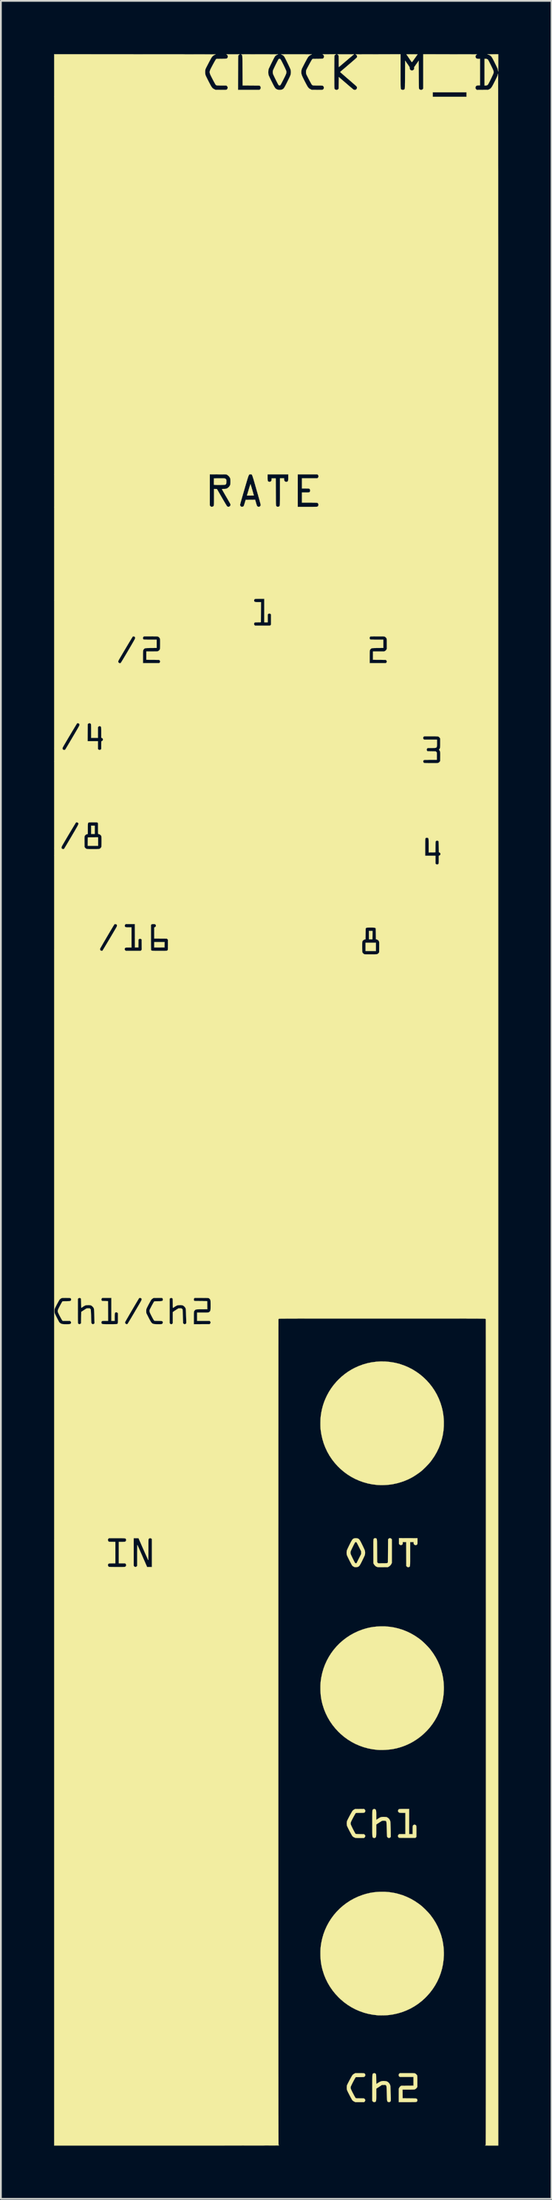
<source format=kicad_pcb>
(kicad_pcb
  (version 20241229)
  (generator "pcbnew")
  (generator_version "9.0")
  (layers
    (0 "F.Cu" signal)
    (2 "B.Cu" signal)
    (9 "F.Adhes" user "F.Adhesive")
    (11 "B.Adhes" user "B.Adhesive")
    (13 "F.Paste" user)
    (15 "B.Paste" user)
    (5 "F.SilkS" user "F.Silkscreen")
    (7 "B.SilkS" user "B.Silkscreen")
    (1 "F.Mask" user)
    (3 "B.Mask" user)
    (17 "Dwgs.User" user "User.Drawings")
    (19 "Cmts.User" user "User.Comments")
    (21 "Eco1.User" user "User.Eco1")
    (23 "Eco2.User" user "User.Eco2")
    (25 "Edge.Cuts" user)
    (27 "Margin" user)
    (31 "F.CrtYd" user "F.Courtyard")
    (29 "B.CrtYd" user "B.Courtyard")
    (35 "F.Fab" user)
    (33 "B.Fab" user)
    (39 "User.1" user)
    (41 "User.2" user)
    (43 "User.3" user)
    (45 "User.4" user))
  (footprint "silk21"
    (layer "F.Cu")
    (at 12.515 58.882)
    (property "Reference" "silk21" (at 0 0 0) (layer "F.SilkS") (effects (font (size 1.524 1.524) (thickness 0.3))))
    (attr through_hole)
    (fp_poly (pts (xy -10.227 -14.974) (xy -10.426 -14.974) (xy -10.426 -15.44) (xy -10.227 -15.44) (xy -10.227 -14.974)) (stroke (width 0.01) (type solid)) (fill yes) (layer "F.SilkS"))
    (fp_poly (pts (xy 5.622 -8.381) (xy 5.042 -8.381) (xy 5.042 -8.847) (xy 5.622 -8.847) (xy 5.622 -8.381)) (stroke (width 0.01) (type solid)) (fill yes) (layer "F.SilkS"))
    (fp_poly (pts (xy -10.036 -14.308) (xy -10.617 -14.308) (xy -10.614 -14.543) (xy -10.612 -14.779) (xy -10.324 -14.781) (xy -10.036 -14.784) (xy -10.036 -14.308)) (stroke (width 0.01) (type solid)) (fill yes) (layer "F.SilkS"))
    (fp_poly (pts (xy -6.29 -8.735) (xy -6.293 -8.586) (xy -6.581 -8.583) (xy -6.868 -8.581) (xy -6.868 -8.885) (xy -6.288 -8.885) (xy -6.29 -8.735)) (stroke (width 0.01) (type solid)) (fill yes) (layer "F.SilkS"))
    (fp_poly (pts (xy 5.43 -9.278) (xy 5.427 -9.042) (xy 5.336 -9.04) (xy 5.297 -9.039) (xy 5.264 -9.04) (xy 5.243 -9.042) (xy 5.239 -9.043) (xy 5.237 -9.054) (xy 5.235 -9.082) (xy 5.234 -9.123) (xy 5.233 -9.175) (xy 5.232 -9.235) (xy 5.232 -9.282) (xy 5.232 -9.513) (xy 5.432 -9.513) (xy 5.43 -9.278)) (stroke (width 0.01) (type solid)) (fill yes) (layer "F.SilkS"))
    (fp_poly (pts (xy 7.732 -58.875) (xy 7.804 -58.875) (xy 7.815 -58.874) (xy 7.972 -58.872) (xy 7.824 -58.663) (xy 7.776 -58.596) (xy 7.738 -58.543) (xy 7.709 -58.502) (xy 7.687 -58.473) (xy 7.672 -58.453) (xy 7.661 -58.441) (xy 7.653 -58.435) (xy 7.648 -58.434) (xy 7.644 -58.437) (xy 7.641 -58.442) (xy 7.633 -58.453) (xy 7.615 -58.478) (xy 7.59 -58.513) (xy 7.559 -58.558) (xy 7.523 -58.61) (xy 7.487 -58.663) (xy 7.344 -58.872) (xy 7.501 -58.874) (xy 7.571 -58.875) (xy 7.651 -58.876) (xy 7.732 -58.875)) (stroke (width 0.01) (type solid)) (fill yes) (layer "F.SilkS"))
    (fp_poly (pts (xy -1.441 -34.657) (xy -1.432 -34.631) (xy -1.419 -34.59) (xy -1.403 -34.538) (xy -1.385 -34.477) (xy -1.365 -34.408) (xy -1.351 -34.361) (xy -1.33 -34.289) (xy -1.311 -34.221) (xy -1.293 -34.161) (xy -1.279 -34.111) (xy -1.268 -34.074) (xy -1.261 -34.051) (xy -1.259 -34.045) (xy -1.259 -34.039) (xy -1.263 -34.035) (xy -1.273 -34.032) (xy -1.293 -34.03) (xy -1.324 -34.029) (xy -1.369 -34.029) (xy -1.429 -34.028) (xy -1.45 -34.028) (xy -1.645 -34.028) (xy -1.631 -34.074) (xy -1.625 -34.094) (xy -1.614 -34.13) (xy -1.6 -34.179) (xy -1.582 -34.238) (xy -1.562 -34.304) (xy -1.541 -34.375) (xy -1.534 -34.397) (xy -1.514 -34.466) (xy -1.494 -34.528) (xy -1.477 -34.581) (xy -1.463 -34.623) (xy -1.452 -34.653) (xy -1.446 -34.667) (xy -1.445 -34.668) (xy -1.441 -34.657)) (stroke (width 0.01) (type solid)) (fill yes) (layer "F.SilkS"))
    (fp_poly (pts (xy 12.519 -58.391) (xy 12.519 -58.297) (xy 12.519 -58.209) (xy 12.519 -58.129) (xy 12.518 -58.058) (xy 12.518 -57.999) (xy 12.517 -57.953) (xy 12.517 -57.922) (xy 12.516 -57.907) (xy 12.516 -57.906) (xy 12.513 -57.915) (xy 12.51 -57.937) (xy 12.506 -57.964) (xy 12.503 -57.988) (xy 12.498 -58.013) (xy 12.49 -58.041) (xy 12.479 -58.073) (xy 12.463 -58.111) (xy 12.442 -58.158) (xy 12.415 -58.215) (xy 12.382 -58.283) (xy 12.341 -58.366) (xy 12.31 -58.43) (xy 12.267 -58.515) (xy 12.231 -58.584) (xy 12.201 -58.641) (xy 12.175 -58.686) (xy 12.152 -58.721) (xy 12.13 -58.75) (xy 12.109 -58.772) (xy 12.087 -58.791) (xy 12.063 -58.808) (xy 12.051 -58.816) (xy 12.017 -58.835) (xy 11.977 -58.852) (xy 11.958 -58.859) (xy 11.906 -58.876) (xy 12.212 -58.876) (xy 12.519 -58.877) (xy 12.519 -58.391)) (stroke (width 0.01) (type solid)) (fill yes) (layer "F.SilkS"))
    (fp_poly (pts (xy -3.04 -34.997) (xy -2.976 -34.996) (xy -2.928 -34.994) (xy -2.898 -34.991) (xy -2.89 -34.989) (xy -2.86 -34.975) (xy -2.833 -34.953) (xy -2.831 -34.95) (xy -2.82 -34.936) (xy -2.813 -34.922) (xy -2.809 -34.903) (xy -2.807 -34.876) (xy -2.806 -34.835) (xy -2.806 -34.816) (xy -2.808 -34.758) (xy -2.813 -34.715) (xy -2.823 -34.684) (xy -2.838 -34.662) (xy -2.861 -34.646) (xy -2.869 -34.642) (xy -2.887 -34.638) (xy -2.92 -34.635) (xy -2.965 -34.632) (xy -3.02 -34.629) (xy -3.082 -34.628) (xy -3.148 -34.627) (xy -3.216 -34.626) (xy -3.283 -34.627) (xy -3.346 -34.627) (xy -3.402 -34.629) (xy -3.448 -34.631) (xy -3.483 -34.634) (xy -3.503 -34.638) (xy -3.506 -34.64) (xy -3.507 -34.653) (xy -3.508 -34.682) (xy -3.509 -34.723) (xy -3.509 -34.773) (xy -3.508 -34.823) (xy -3.506 -34.994) (xy -3.215 -34.997) (xy -3.121 -34.997) (xy -3.04 -34.997)) (stroke (width 0.01) (type solid)) (fill yes) (layer "F.SilkS"))
    (fp_poly (pts (xy 11.86 -58.614) (xy 11.901 -58.598) (xy 11.913 -58.592) (xy 11.923 -58.585) (xy 11.933 -58.576) (xy 11.944 -58.562) (xy 11.957 -58.543) (xy 11.973 -58.515) (xy 11.993 -58.477) (xy 12.018 -58.429) (xy 12.05 -58.366) (xy 12.089 -58.289) (xy 12.092 -58.282) (xy 12.137 -58.192) (xy 12.174 -58.117) (xy 12.203 -58.055) (xy 12.226 -58.004) (xy 12.242 -57.963) (xy 12.253 -57.928) (xy 12.259 -57.898) (xy 12.261 -57.872) (xy 12.259 -57.847) (xy 12.255 -57.822) (xy 12.248 -57.8) (xy 12.233 -57.764) (xy 12.212 -57.716) (xy 12.186 -57.659) (xy 12.157 -57.596) (xy 12.125 -57.528) (xy 12.091 -57.46) (xy 12.058 -57.393) (xy 12.026 -57.33) (xy 11.996 -57.273) (xy 11.971 -57.225) (xy 11.95 -57.19) (xy 11.936 -57.168) (xy 11.935 -57.167) (xy 11.9 -57.138) (xy 11.853 -57.122) (xy 11.794 -57.117) (xy 11.749 -57.117) (xy 11.749 -58.62) (xy 11.804 -58.62) (xy 11.86 -58.614)) (stroke (width 0.01) (type solid)) (fill yes) (layer "F.SilkS"))
    (fp_poly (pts (xy 7.446 24.679) (xy 7.967 24.682) (xy 7.967 24.845) (xy 7.967 24.905) (xy 7.966 24.949) (xy 7.965 24.98) (xy 7.962 25.001) (xy 7.958 25.015) (xy 7.952 25.025) (xy 7.948 25.029) (xy 7.911 25.059) (xy 7.87 25.07) (xy 7.829 25.065) (xy 7.791 25.042) (xy 7.777 25.028) (xy 7.762 25.005) (xy 7.755 24.979) (xy 7.753 24.947) (xy 7.753 24.896) (xy 7.553 24.896) (xy 7.553 25.562) (xy 7.553 25.695) (xy 7.553 25.81) (xy 7.553 25.909) (xy 7.553 25.992) (xy 7.552 26.062) (xy 7.551 26.12) (xy 7.549 26.166) (xy 7.546 26.203) (xy 7.543 26.231) (xy 7.539 26.252) (xy 7.534 26.267) (xy 7.528 26.278) (xy 7.52 26.285) (xy 7.512 26.291) (xy 7.502 26.296) (xy 7.497 26.299) (xy 7.453 26.312) (xy 7.41 26.306) (xy 7.406 26.304) (xy 7.387 26.292) (xy 7.365 26.273) (xy 7.363 26.271) (xy 7.339 26.245) (xy 7.334 24.896) (xy 7.135 24.896) (xy 7.135 24.952) (xy 7.134 24.986) (xy 7.129 25.008) (xy 7.117 25.026) (xy 7.106 25.038) (xy 7.082 25.057) (xy 7.057 25.066) (xy 7.033 25.067) (xy 7.003 25.065) (xy 6.98 25.054) (xy 6.958 25.035) (xy 6.926 25.002) (xy 6.926 24.677) (xy 7.446 24.679)) (stroke (width 0.01) (type solid)) (fill yes) (layer "F.SilkS"))
    (fp_poly (pts (xy 4.119 -58.876) (xy 4.194 -58.876) (xy 4.255 -58.876) (xy 4.301 -58.875) (xy 4.336 -58.874) (xy 4.361 -58.873) (xy 4.376 -58.871) (xy 4.384 -58.869) (xy 4.386 -58.867) (xy 4.383 -58.864) (xy 4.376 -58.86) (xy 4.376 -58.86) (xy 4.362 -58.851) (xy 4.336 -58.83) (xy 4.298 -58.8) (xy 4.25 -58.76) (xy 4.194 -58.714) (xy 4.13 -58.661) (xy 4.061 -58.602) (xy 3.988 -58.54) (xy 3.953 -58.51) (xy 3.878 -58.447) (xy 3.808 -58.387) (xy 3.743 -58.332) (xy 3.685 -58.282) (xy 3.635 -58.24) (xy 3.595 -58.206) (xy 3.566 -58.181) (xy 3.549 -58.167) (xy 3.546 -58.164) (xy 3.541 -58.162) (xy 3.538 -58.163) (xy 3.535 -58.17) (xy 3.533 -58.184) (xy 3.531 -58.207) (xy 3.53 -58.241) (xy 3.53 -58.288) (xy 3.529 -58.35) (xy 3.529 -58.428) (xy 3.529 -58.469) (xy 3.529 -58.555) (xy 3.529 -58.625) (xy 3.528 -58.679) (xy 3.528 -58.721) (xy 3.526 -58.753) (xy 3.524 -58.775) (xy 3.521 -58.792) (xy 3.517 -58.804) (xy 3.513 -58.813) (xy 3.51 -58.818) (xy 3.489 -58.843) (xy 3.463 -58.861) (xy 3.46 -58.863) (xy 3.455 -58.866) (xy 3.456 -58.868) (xy 3.463 -58.87) (xy 3.479 -58.872) (xy 3.505 -58.873) (xy 3.542 -58.874) (xy 3.591 -58.875) (xy 3.654 -58.876) (xy 3.732 -58.876) (xy 3.827 -58.876) (xy 3.919 -58.876) (xy 4.028 -58.876) (xy 4.119 -58.876)) (stroke (width 0.01) (type solid)) (fill yes) (layer "F.SilkS"))
    (fp_poly (pts (xy 0.215 -58.615) (xy 0.239 -58.602) (xy 0.25 -58.588) (xy 0.267 -58.559) (xy 0.291 -58.518) (xy 0.318 -58.466) (xy 0.349 -58.407) (xy 0.381 -58.343) (xy 0.415 -58.275) (xy 0.448 -58.207) (xy 0.479 -58.142) (xy 0.508 -58.08) (xy 0.532 -58.025) (xy 0.552 -57.979) (xy 0.565 -57.945) (xy 0.571 -57.926) (xy 0.575 -57.898) (xy 0.577 -57.87) (xy 0.575 -57.842) (xy 0.57 -57.812) (xy 0.559 -57.776) (xy 0.543 -57.734) (xy 0.521 -57.684) (xy 0.493 -57.623) (xy 0.456 -57.55) (xy 0.412 -57.462) (xy 0.404 -57.446) (xy 0.368 -57.376) (xy 0.334 -57.311) (xy 0.304 -57.253) (xy 0.278 -57.205) (xy 0.257 -57.168) (xy 0.243 -57.144) (xy 0.237 -57.136) (xy 0.196 -57.123) (xy 0.159 -57.128) (xy 0.151 -57.133) (xy 0.142 -57.142) (xy 0.13 -57.157) (xy 0.116 -57.181) (xy 0.097 -57.214) (xy 0.073 -57.259) (xy 0.044 -57.316) (xy 0.007 -57.388) (xy -0.013 -57.429) (xy -0.049 -57.5) (xy -0.082 -57.568) (xy -0.112 -57.631) (xy -0.137 -57.685) (xy -0.157 -57.729) (xy -0.17 -57.76) (xy -0.175 -57.772) (xy -0.189 -57.85) (xy -0.184 -57.926) (xy -0.176 -57.96) (xy -0.167 -57.985) (xy -0.151 -58.022) (xy -0.13 -58.07) (xy -0.103 -58.126) (xy -0.074 -58.188) (xy -0.042 -58.253) (xy -0.01 -58.319) (xy 0.023 -58.383) (xy 0.054 -58.444) (xy 0.082 -58.498) (xy 0.106 -58.544) (xy 0.126 -58.578) (xy 0.139 -58.599) (xy 0.144 -58.604) (xy 0.179 -58.618) (xy 0.215 -58.615)) (stroke (width 0.01) (type solid)) (fill yes) (layer "F.SilkS"))
    (fp_poly (pts (xy 7.496 41.344) (xy 7.696 41.344) (xy 7.696 41.12) (xy 7.696 41.041) (xy 7.697 40.98) (xy 7.7 40.932) (xy 7.704 40.897) (xy 7.71 40.871) (xy 7.718 40.853) (xy 7.73 40.84) (xy 7.745 40.83) (xy 7.753 40.826) (xy 7.791 40.813) (xy 7.827 40.816) (xy 7.848 40.825) (xy 7.863 40.834) (xy 7.876 40.842) (xy 7.885 40.852) (xy 7.892 40.867) (xy 7.898 40.888) (xy 7.901 40.918) (xy 7.904 40.957) (xy 7.905 41.01) (xy 7.905 41.076) (xy 7.905 41.159) (xy 7.905 41.188) (xy 7.905 41.494) (xy 7.878 41.524) (xy 7.85 41.553) (xy 7.39 41.553) (xy 7.284 41.553) (xy 7.195 41.553) (xy 7.123 41.552) (xy 7.064 41.552) (xy 7.017 41.551) (xy 6.982 41.55) (xy 6.956 41.548) (xy 6.937 41.546) (xy 6.924 41.543) (xy 6.916 41.54) (xy 6.91 41.536) (xy 6.882 41.503) (xy 6.869 41.46) (xy 6.868 41.444) (xy 6.873 41.416) (xy 6.887 41.391) (xy 6.901 41.376) (xy 6.933 41.344) (xy 7.287 41.344) (xy 7.287 40.145) (xy 7.131 40.145) (xy 7.074 40.145) (xy 7.024 40.143) (xy 6.983 40.14) (xy 6.956 40.137) (xy 6.948 40.135) (xy 6.907 40.111) (xy 6.881 40.078) (xy 6.872 40.038) (xy 6.88 39.994) (xy 6.881 39.991) (xy 6.889 39.973) (xy 6.898 39.959) (xy 6.911 39.948) (xy 6.929 39.94) (xy 6.954 39.934) (xy 6.989 39.931) (xy 7.035 39.928) (xy 7.095 39.927) (xy 7.171 39.927) (xy 7.225 39.927) (xy 7.496 39.927) (xy 7.496 41.344)) (stroke (width 0.01) (type solid)) (fill yes) (layer "F.SilkS"))
    (fp_poly (pts (xy 5.611 24.682) (xy 5.631 24.691) (xy 5.641 24.696) (xy 5.65 24.7) (xy 5.657 24.706) (xy 5.664 24.714) (xy 5.669 24.726) (xy 5.673 24.742) (xy 5.677 24.766) (xy 5.68 24.796) (xy 5.682 24.836) (xy 5.684 24.887) (xy 5.685 24.949) (xy 5.686 25.024) (xy 5.687 25.114) (xy 5.688 25.22) (xy 5.689 25.343) (xy 5.689 25.388) (xy 5.694 26.039) (xy 5.757 26.095) (xy 6.008 26.093) (xy 6.084 26.092) (xy 6.142 26.091) (xy 6.187 26.09) (xy 6.22 26.088) (xy 6.242 26.086) (xy 6.258 26.083) (xy 6.268 26.078) (xy 6.276 26.073) (xy 6.281 26.068) (xy 6.302 26.046) (xy 6.307 25.395) (xy 6.312 24.744) (xy 6.343 24.713) (xy 6.367 24.692) (xy 6.391 24.683) (xy 6.417 24.682) (xy 6.447 24.685) (xy 6.471 24.696) (xy 6.49 24.713) (xy 6.521 24.744) (xy 6.521 26.071) (xy 6.496 26.124) (xy 6.455 26.189) (xy 6.4 26.245) (xy 6.343 26.282) (xy 6.293 26.309) (xy 6.017 26.311) (xy 5.928 26.311) (xy 5.856 26.311) (xy 5.8 26.31) (xy 5.757 26.308) (xy 5.727 26.305) (xy 5.707 26.301) (xy 5.703 26.3) (xy 5.673 26.289) (xy 5.646 26.278) (xy 5.642 26.276) (xy 5.606 26.251) (xy 5.568 26.215) (xy 5.533 26.174) (xy 5.51 26.138) (xy 5.484 26.09) (xy 5.482 25.426) (xy 5.481 25.294) (xy 5.481 25.179) (xy 5.481 25.08) (xy 5.481 24.997) (xy 5.481 24.927) (xy 5.482 24.87) (xy 5.484 24.824) (xy 5.486 24.787) (xy 5.49 24.759) (xy 5.494 24.738) (xy 5.499 24.723) (xy 5.505 24.713) (xy 5.513 24.705) (xy 5.521 24.699) (xy 5.531 24.694) (xy 5.536 24.691) (xy 5.575 24.678) (xy 5.611 24.682)) (stroke (width 0.01) (type solid)) (fill yes) (layer "F.SilkS"))
    (fp_poly (pts (xy 7.488 54.805) (xy 7.57 54.805) (xy 7.638 54.806) (xy 7.692 54.806) (xy 7.734 54.807) (xy 7.766 54.809) (xy 7.79 54.811) (xy 7.807 54.813) (xy 7.82 54.816) (xy 7.831 54.82) (xy 7.837 54.823) (xy 7.886 54.857) (xy 7.927 54.901) (xy 7.942 54.924) (xy 7.946 54.934) (xy 7.95 54.947) (xy 7.953 54.966) (xy 7.955 54.993) (xy 7.956 55.03) (xy 7.957 55.079) (xy 7.957 55.141) (xy 7.958 55.219) (xy 7.958 55.262) (xy 7.958 55.571) (xy 7.934 55.613) (xy 7.9 55.657) (xy 7.854 55.693) (xy 7.804 55.716) (xy 7.795 55.719) (xy 7.777 55.721) (xy 7.742 55.723) (xy 7.693 55.724) (xy 7.633 55.726) (xy 7.564 55.727) (xy 7.489 55.727) (xy 7.441 55.728) (xy 7.125 55.728) (xy 7.128 55.973) (xy 7.13 56.218) (xy 7.516 56.222) (xy 7.615 56.224) (xy 7.696 56.225) (xy 7.761 56.226) (xy 7.813 56.228) (xy 7.853 56.23) (xy 7.883 56.234) (xy 7.905 56.238) (xy 7.92 56.244) (xy 7.93 56.251) (xy 7.938 56.261) (xy 7.944 56.272) (xy 7.949 56.281) (xy 7.961 56.318) (xy 7.957 56.354) (xy 7.948 56.375) (xy 7.942 56.387) (xy 7.935 56.398) (xy 7.926 56.406) (xy 7.914 56.413) (xy 7.897 56.419) (xy 7.873 56.423) (xy 7.842 56.426) (xy 7.8 56.429) (xy 7.748 56.43) (xy 7.682 56.431) (xy 7.603 56.432) (xy 7.507 56.432) (xy 7.397 56.432) (xy 6.916 56.432) (xy 6.916 55.674) (xy 6.942 55.623) (xy 6.977 55.571) (xy 7.01 55.542) (xy 7.051 55.514) (xy 7.397 55.511) (xy 7.744 55.508) (xy 7.744 55.014) (xy 6.973 55.014) (xy 6.942 54.987) (xy 6.923 54.967) (xy 6.914 54.948) (xy 6.911 54.921) (xy 6.911 54.91) (xy 6.913 54.878) (xy 6.92 54.858) (xy 6.935 54.839) (xy 6.942 54.833) (xy 6.973 54.805) (xy 7.387 54.805) (xy 7.488 54.805)) (stroke (width 0.01) (type solid)) (fill yes) (layer "F.SilkS"))
    (fp_poly (pts (xy 6.132 29.647) (xy 6.387 29.667) (xy 6.638 29.706) (xy 6.884 29.763) (xy 7.126 29.837) (xy 7.361 29.93) (xy 7.59 30.04) (xy 7.812 30.167) (xy 8.027 30.312) (xy 8.15 30.405) (xy 8.218 30.462) (xy 8.294 30.531) (xy 8.375 30.607) (xy 8.456 30.688) (xy 8.535 30.769) (xy 8.607 30.848) (xy 8.67 30.92) (xy 8.694 30.949) (xy 8.848 31.159) (xy 8.986 31.377) (xy 9.106 31.602) (xy 9.209 31.834) (xy 9.295 32.072) (xy 9.362 32.316) (xy 9.411 32.565) (xy 9.442 32.818) (xy 9.454 33.075) (xy 9.453 33.22) (xy 9.439 33.455) (xy 9.412 33.68) (xy 9.369 33.901) (xy 9.31 34.122) (xy 9.264 34.266) (xy 9.173 34.501) (xy 9.066 34.726) (xy 8.943 34.943) (xy 8.806 35.149) (xy 8.655 35.345) (xy 8.491 35.529) (xy 8.314 35.701) (xy 8.126 35.86) (xy 7.927 36.006) (xy 7.718 36.138) (xy 7.501 36.254) (xy 7.275 36.355) (xy 7.042 36.439) (xy 6.802 36.507) (xy 6.602 36.549) (xy 6.478 36.568) (xy 6.344 36.583) (xy 6.204 36.595) (xy 6.063 36.602) (xy 5.928 36.604) (xy 5.801 36.602) (xy 5.713 36.597) (xy 5.452 36.566) (xy 5.198 36.518) (xy 4.951 36.452) (xy 4.711 36.368) (xy 4.478 36.268) (xy 4.254 36.15) (xy 4.038 36.016) (xy 3.832 35.866) (xy 3.635 35.699) (xy 3.515 35.584) (xy 3.338 35.394) (xy 3.177 35.194) (xy 3.032 34.984) (xy 2.904 34.765) (xy 2.792 34.537) (xy 2.697 34.302) (xy 2.62 34.058) (xy 2.598 33.976) (xy 2.564 33.829) (xy 2.538 33.687) (xy 2.518 33.547) (xy 2.506 33.403) (xy 2.499 33.249) (xy 2.498 33.129) (xy 2.498 33.026) (xy 2.5 32.938) (xy 2.504 32.859) (xy 2.509 32.785) (xy 2.517 32.712) (xy 2.528 32.635) (xy 2.541 32.549) (xy 2.545 32.525) (xy 2.598 32.277) (xy 2.667 32.035) (xy 2.754 31.8) (xy 2.857 31.573) (xy 2.975 31.356) (xy 3.108 31.147) (xy 3.256 30.949) (xy 3.417 30.762) (xy 3.591 30.587) (xy 3.778 30.424) (xy 3.976 30.274) (xy 4.185 30.138) (xy 4.405 30.017) (xy 4.635 29.911) (xy 4.874 29.821) (xy 4.904 29.811) (xy 5.094 29.755) (xy 5.28 29.711) (xy 5.468 29.679) (xy 5.662 29.658) (xy 5.867 29.646) (xy 5.874 29.646) (xy 6.132 29.647)) (stroke (width 0.01) (type solid)) (fill yes) (layer "F.SilkS"))
    (fp_poly (pts (xy 6.132 44.592) (xy 6.387 44.612) (xy 6.638 44.651) (xy 6.884 44.708) (xy 7.126 44.782) (xy 7.361 44.875) (xy 7.59 44.985) (xy 7.812 45.112) (xy 8.027 45.257) (xy 8.15 45.35) (xy 8.218 45.407) (xy 8.294 45.476) (xy 8.375 45.552) (xy 8.456 45.633) (xy 8.535 45.714) (xy 8.607 45.793) (xy 8.67 45.865) (xy 8.694 45.894) (xy 8.848 46.104) (xy 8.986 46.322) (xy 9.106 46.547) (xy 9.209 46.779) (xy 9.295 47.018) (xy 9.362 47.261) (xy 9.411 47.51) (xy 9.442 47.764) (xy 9.454 48.021) (xy 9.453 48.165) (xy 9.436 48.424) (xy 9.402 48.678) (xy 9.349 48.927) (xy 9.278 49.17) (xy 9.19 49.407) (xy 9.085 49.636) (xy 8.963 49.857) (xy 8.825 50.069) (xy 8.67 50.272) (xy 8.499 50.465) (xy 8.394 50.572) (xy 8.202 50.745) (xy 8 50.902) (xy 7.788 51.042) (xy 7.568 51.166) (xy 7.338 51.273) (xy 7.101 51.364) (xy 6.855 51.437) (xy 6.602 51.493) (xy 6.369 51.528) (xy 6.307 51.534) (xy 6.23 51.539) (xy 6.144 51.543) (xy 6.054 51.546) (xy 5.962 51.547) (xy 5.875 51.547) (xy 5.796 51.546) (xy 5.73 51.543) (xy 5.713 51.542) (xy 5.452 51.511) (xy 5.198 51.463) (xy 4.951 51.397) (xy 4.711 51.313) (xy 4.478 51.213) (xy 4.254 51.095) (xy 4.038 50.961) (xy 3.832 50.811) (xy 3.635 50.644) (xy 3.515 50.529) (xy 3.338 50.339) (xy 3.177 50.139) (xy 3.032 49.929) (xy 2.904 49.71) (xy 2.792 49.483) (xy 2.697 49.247) (xy 2.62 49.003) (xy 2.598 48.921) (xy 2.564 48.774) (xy 2.538 48.632) (xy 2.518 48.492) (xy 2.506 48.348) (xy 2.499 48.194) (xy 2.498 48.074) (xy 2.498 47.971) (xy 2.5 47.883) (xy 2.504 47.804) (xy 2.509 47.73) (xy 2.517 47.657) (xy 2.528 47.58) (xy 2.541 47.494) (xy 2.545 47.47) (xy 2.598 47.222) (xy 2.667 46.98) (xy 2.754 46.745) (xy 2.857 46.518) (xy 2.975 46.301) (xy 3.108 46.092) (xy 3.256 45.894) (xy 3.417 45.707) (xy 3.591 45.532) (xy 3.778 45.369) (xy 3.976 45.219) (xy 4.185 45.083) (xy 4.405 44.962) (xy 4.635 44.856) (xy 4.874 44.767) (xy 4.904 44.757) (xy 5.094 44.7) (xy 5.28 44.656) (xy 5.468 44.624) (xy 5.662 44.603) (xy 5.867 44.591) (xy 5.874 44.591) (xy 6.132 44.592)) (stroke (width 0.01) (type solid)) (fill yes) (layer "F.SilkS"))
    (fp_poly (pts (xy 6.138 14.732) (xy 6.392 14.753) (xy 6.645 14.793) (xy 6.764 14.818) (xy 7.008 14.884) (xy 7.245 14.967) (xy 7.474 15.067) (xy 7.695 15.182) (xy 7.906 15.313) (xy 8.108 15.458) (xy 8.298 15.617) (xy 8.477 15.789) (xy 8.643 15.973) (xy 8.796 16.169) (xy 8.935 16.375) (xy 9.059 16.592) (xy 9.167 16.818) (xy 9.259 17.053) (xy 9.264 17.067) (xy 9.333 17.289) (xy 9.386 17.51) (xy 9.423 17.732) (xy 9.446 17.96) (xy 9.453 18.113) (xy 9.451 18.372) (xy 9.431 18.628) (xy 9.392 18.879) (xy 9.334 19.126) (xy 9.259 19.367) (xy 9.166 19.603) (xy 9.055 19.832) (xy 8.927 20.054) (xy 8.781 20.269) (xy 8.694 20.384) (xy 8.644 20.443) (xy 8.583 20.511) (xy 8.514 20.585) (xy 8.441 20.66) (xy 8.366 20.734) (xy 8.293 20.804) (xy 8.225 20.866) (xy 8.165 20.916) (xy 8.157 20.923) (xy 8.096 20.97) (xy 8.023 21.022) (xy 7.943 21.078) (xy 7.861 21.133) (xy 7.781 21.184) (xy 7.709 21.229) (xy 7.67 21.251) (xy 7.471 21.354) (xy 7.26 21.445) (xy 7.04 21.523) (xy 6.815 21.587) (xy 6.589 21.636) (xy 6.464 21.656) (xy 6.322 21.672) (xy 6.171 21.683) (xy 6.017 21.689) (xy 5.866 21.688) (xy 5.724 21.682) (xy 5.684 21.679) (xy 5.428 21.648) (xy 5.177 21.599) (xy 4.932 21.531) (xy 4.693 21.447) (xy 4.461 21.345) (xy 4.238 21.227) (xy 4.023 21.092) (xy 3.818 20.941) (xy 3.623 20.775) (xy 3.481 20.637) (xy 3.307 20.445) (xy 3.149 20.243) (xy 3.008 20.032) (xy 2.883 19.811) (xy 2.775 19.582) (xy 2.683 19.344) (xy 2.609 19.097) (xy 2.552 18.842) (xy 2.511 18.58) (xy 2.51 18.565) (xy 2.504 18.503) (xy 2.501 18.427) (xy 2.498 18.34) (xy 2.497 18.247) (xy 2.498 18.151) (xy 2.5 18.056) (xy 2.503 17.968) (xy 2.508 17.889) (xy 2.514 17.824) (xy 2.515 17.813) (xy 2.548 17.594) (xy 2.591 17.389) (xy 2.644 17.193) (xy 2.708 17.002) (xy 2.785 16.814) (xy 2.862 16.65) (xy 2.979 16.435) (xy 3.109 16.233) (xy 3.252 16.041) (xy 3.411 15.856) (xy 3.515 15.749) (xy 3.692 15.582) (xy 3.876 15.432) (xy 4.068 15.296) (xy 4.271 15.173) (xy 4.423 15.093) (xy 4.654 14.988) (xy 4.892 14.9) (xy 5.135 14.83) (xy 5.382 14.778) (xy 5.632 14.745) (xy 5.885 14.729) (xy 6.138 14.732)) (stroke (width 0.01) (type solid)) (fill yes) (layer "F.SilkS"))
    (fp_poly (pts (xy 4.787 54.805) (xy 4.851 54.806) (xy 4.901 54.808) (xy 4.938 54.811) (xy 4.965 54.816) (xy 4.984 54.824) (xy 4.997 54.833) (xy 5.006 54.846) (xy 5.012 54.857) (xy 5.023 54.901) (xy 5.019 54.943) (xy 5 54.979) (xy 4.97 55.005) (xy 4.949 55.014) (xy 4.929 55.017) (xy 4.894 55.019) (xy 4.846 55.021) (xy 4.789 55.023) (xy 4.726 55.024) (xy 4.702 55.024) (xy 4.491 55.024) (xy 4.468 55.055) (xy 4.452 55.08) (xy 4.429 55.118) (xy 4.402 55.166) (xy 4.373 55.221) (xy 4.341 55.28) (xy 4.31 55.341) (xy 4.28 55.4) (xy 4.254 55.455) (xy 4.231 55.502) (xy 4.215 55.54) (xy 4.205 55.564) (xy 4.204 55.568) (xy 4.2 55.592) (xy 4.198 55.614) (xy 4.199 55.635) (xy 4.202 55.659) (xy 4.21 55.686) (xy 4.223 55.719) (xy 4.241 55.76) (xy 4.265 55.81) (xy 4.295 55.871) (xy 4.334 55.945) (xy 4.378 56.03) (xy 4.412 56.093) (xy 4.438 56.139) (xy 4.459 56.173) (xy 4.475 56.195) (xy 4.488 56.207) (xy 4.491 56.209) (xy 4.505 56.213) (xy 4.525 56.217) (xy 4.556 56.22) (xy 4.598 56.221) (xy 4.655 56.222) (xy 4.729 56.223) (xy 4.73 56.223) (xy 4.8 56.223) (xy 4.853 56.223) (xy 4.893 56.224) (xy 4.922 56.226) (xy 4.942 56.229) (xy 4.957 56.233) (xy 4.969 56.239) (xy 4.971 56.24) (xy 5.002 56.269) (xy 5.018 56.305) (xy 5.019 56.345) (xy 5.005 56.383) (xy 4.984 56.407) (xy 4.955 56.432) (xy 4.464 56.432) (xy 4.396 56.398) (xy 4.357 56.375) (xy 4.322 56.35) (xy 4.299 56.329) (xy 4.286 56.311) (xy 4.267 56.278) (xy 4.242 56.234) (xy 4.213 56.181) (xy 4.181 56.122) (xy 4.148 56.059) (xy 4.115 55.996) (xy 4.084 55.935) (xy 4.055 55.878) (xy 4.032 55.83) (xy 4.014 55.791) (xy 4.008 55.775) (xy 3.995 55.74) (xy 3.987 55.706) (xy 3.984 55.667) (xy 3.983 55.623) (xy 3.984 55.578) (xy 3.987 55.536) (xy 3.991 55.504) (xy 3.993 55.495) (xy 4.003 55.47) (xy 4.02 55.433) (xy 4.044 55.384) (xy 4.072 55.328) (xy 4.105 55.266) (xy 4.139 55.201) (xy 4.174 55.137) (xy 4.208 55.075) (xy 4.239 55.019) (xy 4.267 54.971) (xy 4.29 54.934) (xy 4.306 54.911) (xy 4.309 54.908) (xy 4.345 54.874) (xy 4.39 54.843) (xy 4.406 54.834) (xy 4.465 54.805) (xy 4.706 54.805) (xy 4.787 54.805)) (stroke (width 0.01) (type solid)) (fill yes) (layer "F.SilkS"))
    (fp_poly (pts (xy 4.99 39.958) (xy 5.011 39.983) (xy 5.021 40.006) (xy 5.023 40.033) (xy 5.02 40.064) (xy 5.011 40.09) (xy 5.008 40.096) (xy 4.996 40.111) (xy 4.983 40.122) (xy 4.966 40.131) (xy 4.942 40.137) (xy 4.909 40.141) (xy 4.865 40.144) (xy 4.807 40.145) (xy 4.733 40.145) (xy 4.72 40.145) (xy 4.649 40.145) (xy 4.595 40.146) (xy 4.554 40.147) (xy 4.526 40.149) (xy 4.506 40.152) (xy 4.493 40.155) (xy 4.484 40.16) (xy 4.482 40.162) (xy 4.473 40.174) (xy 4.456 40.202) (xy 4.433 40.241) (xy 4.405 40.29) (xy 4.373 40.347) (xy 4.34 40.409) (xy 4.335 40.419) (xy 4.294 40.496) (xy 4.262 40.559) (xy 4.237 40.61) (xy 4.219 40.651) (xy 4.208 40.685) (xy 4.201 40.714) (xy 4.199 40.74) (xy 4.2 40.765) (xy 4.205 40.792) (xy 4.205 40.793) (xy 4.212 40.813) (xy 4.226 40.848) (xy 4.247 40.893) (xy 4.272 40.946) (xy 4.301 41.005) (xy 4.331 41.066) (xy 4.362 41.126) (xy 4.392 41.183) (xy 4.42 41.234) (xy 4.443 41.276) (xy 4.462 41.306) (xy 4.472 41.32) (xy 4.479 41.326) (xy 4.488 41.331) (xy 4.502 41.334) (xy 4.524 41.337) (xy 4.554 41.339) (xy 4.597 41.341) (xy 4.654 41.342) (xy 4.724 41.344) (xy 4.958 41.349) (xy 4.991 41.385) (xy 5.012 41.409) (xy 5.02 41.428) (xy 5.021 41.45) (xy 5.02 41.461) (xy 5.005 41.504) (xy 4.985 41.529) (xy 4.956 41.558) (xy 4.73 41.56) (xy 4.643 41.56) (xy 4.574 41.559) (xy 4.521 41.557) (xy 4.483 41.554) (xy 4.461 41.55) (xy 4.401 41.526) (xy 4.343 41.492) (xy 4.303 41.457) (xy 4.291 41.44) (xy 4.273 41.41) (xy 4.248 41.367) (xy 4.219 41.315) (xy 4.188 41.257) (xy 4.154 41.195) (xy 4.121 41.132) (xy 4.089 41.07) (xy 4.06 41.012) (xy 4.035 40.96) (xy 4.015 40.918) (xy 4.002 40.888) (xy 4 40.883) (xy 3.989 40.837) (xy 3.983 40.78) (xy 3.982 40.719) (xy 3.987 40.661) (xy 3.997 40.612) (xy 4.002 40.597) (xy 4.014 40.569) (xy 4.034 40.529) (xy 4.059 40.479) (xy 4.088 40.422) (xy 4.12 40.361) (xy 4.154 40.298) (xy 4.187 40.236) (xy 4.22 40.178) (xy 4.249 40.125) (xy 4.275 40.081) (xy 4.295 40.048) (xy 4.308 40.029) (xy 4.31 40.026) (xy 4.333 40.006) (xy 4.365 39.982) (xy 4.392 39.964) (xy 4.447 39.931) (xy 4.702 39.928) (xy 4.957 39.925) (xy 4.99 39.958)) (stroke (width 0.01) (type solid)) (fill yes) (layer "F.SilkS"))
    (fp_poly (pts (xy 5.564 54.81) (xy 5.601 54.831) (xy 5.62 54.852) (xy 5.625 54.861) (xy 5.629 54.873) (xy 5.632 54.891) (xy 5.634 54.917) (xy 5.636 54.953) (xy 5.637 55.001) (xy 5.638 55.063) (xy 5.639 55.142) (xy 5.639 55.145) (xy 5.64 55.214) (xy 5.641 55.277) (xy 5.643 55.331) (xy 5.644 55.373) (xy 5.645 55.401) (xy 5.647 55.414) (xy 5.647 55.414) (xy 5.656 55.409) (xy 5.678 55.396) (xy 5.707 55.376) (xy 5.722 55.367) (xy 5.795 55.32) (xy 5.86 55.285) (xy 5.919 55.262) (xy 5.979 55.249) (xy 6.042 55.244) (xy 6.103 55.246) (xy 6.171 55.253) (xy 6.225 55.265) (xy 6.271 55.285) (xy 6.313 55.314) (xy 6.331 55.33) (xy 6.381 55.386) (xy 6.416 55.448) (xy 6.435 55.513) (xy 6.436 55.524) (xy 6.438 55.544) (xy 6.44 55.58) (xy 6.442 55.631) (xy 6.445 55.693) (xy 6.447 55.766) (xy 6.45 55.846) (xy 6.453 55.931) (xy 6.454 55.96) (xy 6.458 56.059) (xy 6.46 56.14) (xy 6.462 56.205) (xy 6.463 56.257) (xy 6.463 56.297) (xy 6.462 56.327) (xy 6.461 56.348) (xy 6.458 56.363) (xy 6.455 56.373) (xy 6.454 56.376) (xy 6.427 56.41) (xy 6.39 56.428) (xy 6.36 56.432) (xy 6.329 56.428) (xy 6.303 56.419) (xy 6.3 56.417) (xy 6.288 56.408) (xy 6.279 56.398) (xy 6.271 56.386) (xy 6.265 56.369) (xy 6.26 56.345) (xy 6.255 56.312) (xy 6.252 56.27) (xy 6.249 56.215) (xy 6.246 56.146) (xy 6.243 56.061) (xy 6.241 55.994) (xy 6.238 55.887) (xy 6.235 55.798) (xy 6.233 55.724) (xy 6.23 55.664) (xy 6.227 55.617) (xy 6.225 55.58) (xy 6.221 55.552) (xy 6.217 55.531) (xy 6.213 55.516) (xy 6.207 55.505) (xy 6.201 55.496) (xy 6.193 55.488) (xy 6.192 55.487) (xy 6.179 55.475) (xy 6.167 55.467) (xy 6.152 55.463) (xy 6.129 55.462) (xy 6.094 55.462) (xy 6.062 55.463) (xy 5.96 55.466) (xy 5.801 55.571) (xy 5.641 55.675) (xy 5.641 56.006) (xy 5.641 56.101) (xy 5.641 56.179) (xy 5.64 56.241) (xy 5.638 56.291) (xy 5.635 56.329) (xy 5.63 56.357) (xy 5.624 56.378) (xy 5.617 56.393) (xy 5.607 56.404) (xy 5.596 56.414) (xy 5.593 56.416) (xy 5.569 56.426) (xy 5.537 56.431) (xy 5.529 56.432) (xy 5.499 56.429) (xy 5.476 56.418) (xy 5.455 56.399) (xy 5.422 56.367) (xy 5.422 55.628) (xy 5.422 55.489) (xy 5.422 55.366) (xy 5.423 55.261) (xy 5.423 55.171) (xy 5.424 55.094) (xy 5.425 55.031) (xy 5.426 54.979) (xy 5.428 54.937) (xy 5.431 54.904) (xy 5.435 54.879) (xy 5.439 54.86) (xy 5.444 54.847) (xy 5.45 54.838) (xy 5.458 54.831) (xy 5.466 54.826) (xy 5.476 54.821) (xy 5.479 54.819) (xy 5.522 54.806) (xy 5.564 54.81)) (stroke (width 0.01) (type solid)) (fill yes) (layer "F.SilkS"))
    (fp_poly (pts (xy 4.547 24.686) (xy 4.596 24.695) (xy 4.606 24.699) (xy 4.63 24.71) (xy 4.652 24.723) (xy 4.673 24.741) (xy 4.694 24.766) (xy 4.717 24.799) (xy 4.743 24.842) (xy 4.773 24.897) (xy 4.808 24.965) (xy 4.849 25.049) (xy 4.856 25.063) (xy 4.889 25.131) (xy 4.92 25.196) (xy 4.947 25.255) (xy 4.97 25.305) (xy 4.987 25.344) (xy 4.998 25.37) (xy 4.999 25.375) (xy 5.008 25.422) (xy 5.013 25.479) (xy 5.012 25.539) (xy 5.006 25.593) (xy 4.999 25.624) (xy 4.992 25.645) (xy 4.977 25.679) (xy 4.955 25.726) (xy 4.929 25.782) (xy 4.899 25.844) (xy 4.867 25.911) (xy 4.856 25.933) (xy 4.815 26.016) (xy 4.78 26.084) (xy 4.75 26.139) (xy 4.725 26.182) (xy 4.703 26.215) (xy 4.682 26.24) (xy 4.662 26.259) (xy 4.641 26.275) (xy 4.62 26.286) (xy 4.588 26.298) (xy 4.545 26.306) (xy 4.498 26.31) (xy 4.455 26.31) (xy 4.424 26.305) (xy 4.37 26.282) (xy 4.321 26.25) (xy 4.293 26.226) (xy 4.282 26.21) (xy 4.263 26.179) (xy 4.239 26.136) (xy 4.211 26.083) (xy 4.18 26.024) (xy 4.147 25.961) (xy 4.115 25.896) (xy 4.083 25.831) (xy 4.053 25.771) (xy 4.027 25.716) (xy 4.006 25.67) (xy 3.992 25.635) (xy 3.985 25.617) (xy 3.977 25.568) (xy 3.974 25.509) (xy 3.974 25.508) (xy 4.188 25.508) (xy 4.192 25.538) (xy 4.202 25.573) (xy 4.218 25.615) (xy 4.241 25.666) (xy 4.271 25.73) (xy 4.309 25.808) (xy 4.316 25.822) (xy 4.347 25.885) (xy 4.377 25.943) (xy 4.403 25.994) (xy 4.425 26.035) (xy 4.441 26.063) (xy 4.45 26.078) (xy 4.45 26.078) (xy 4.473 26.091) (xy 4.499 26.093) (xy 4.533 26.09) (xy 4.665 25.827) (xy 4.797 25.565) (xy 4.797 25.494) (xy 4.796 25.424) (xy 4.665 25.162) (xy 4.628 25.089) (xy 4.598 25.03) (xy 4.575 24.986) (xy 4.557 24.952) (xy 4.543 24.929) (xy 4.532 24.914) (xy 4.523 24.905) (xy 4.515 24.9) (xy 4.506 24.898) (xy 4.501 24.898) (xy 4.475 24.899) (xy 4.456 24.906) (xy 4.455 24.907) (xy 4.446 24.919) (xy 4.43 24.947) (xy 4.409 24.986) (xy 4.384 25.034) (xy 4.356 25.088) (xy 4.327 25.147) (xy 4.298 25.206) (xy 4.27 25.264) (xy 4.245 25.317) (xy 4.224 25.363) (xy 4.209 25.399) (xy 4.2 25.423) (xy 4.2 25.423) (xy 4.192 25.453) (xy 4.188 25.48) (xy 4.188 25.508) (xy 3.974 25.508) (xy 3.976 25.447) (xy 3.984 25.391) (xy 3.99 25.368) (xy 3.998 25.345) (xy 4.014 25.308) (xy 4.036 25.259) (xy 4.063 25.202) (xy 4.094 25.138) (xy 4.127 25.07) (xy 4.138 25.049) (xy 4.181 24.964) (xy 4.216 24.895) (xy 4.247 24.84) (xy 4.273 24.796) (xy 4.297 24.763) (xy 4.319 24.738) (xy 4.34 24.72) (xy 4.363 24.707) (xy 4.387 24.696) (xy 4.391 24.695) (xy 4.437 24.685) (xy 4.492 24.682) (xy 4.547 24.686)) (stroke (width 0.01) (type solid)) (fill yes) (layer "F.SilkS"))
    (fp_poly (pts (xy 5.548 39.93) (xy 5.573 39.941) (xy 5.573 39.941) (xy 5.592 39.952) (xy 5.607 39.964) (xy 5.619 39.979) (xy 5.627 40) (xy 5.633 40.028) (xy 5.637 40.065) (xy 5.64 40.115) (xy 5.641 40.178) (xy 5.641 40.258) (xy 5.641 40.285) (xy 5.641 40.544) (xy 5.743 40.478) (xy 5.801 40.441) (xy 5.849 40.413) (xy 5.891 40.395) (xy 5.931 40.383) (xy 5.974 40.377) (xy 6.025 40.375) (xy 6.084 40.375) (xy 6.139 40.377) (xy 6.179 40.38) (xy 6.208 40.383) (xy 6.23 40.388) (xy 6.249 40.396) (xy 6.258 40.401) (xy 6.32 40.443) (xy 6.372 40.495) (xy 6.41 40.556) (xy 6.432 40.621) (xy 6.436 40.645) (xy 6.439 40.673) (xy 6.441 40.716) (xy 6.444 40.771) (xy 6.446 40.835) (xy 6.449 40.906) (xy 6.451 40.983) (xy 6.454 41.061) (xy 6.456 41.14) (xy 6.458 41.216) (xy 6.459 41.288) (xy 6.46 41.352) (xy 6.461 41.407) (xy 6.461 41.45) (xy 6.461 41.479) (xy 6.46 41.49) (xy 6.437 41.526) (xy 6.404 41.549) (xy 6.366 41.558) (xy 6.326 41.553) (xy 6.291 41.532) (xy 6.289 41.53) (xy 6.269 41.505) (xy 6.256 41.478) (xy 6.255 41.473) (xy 6.254 41.457) (xy 6.252 41.425) (xy 6.25 41.378) (xy 6.247 41.318) (xy 6.244 41.248) (xy 6.241 41.17) (xy 6.239 41.086) (xy 6.237 41.049) (xy 6.234 40.947) (xy 6.231 40.863) (xy 6.228 40.794) (xy 6.225 40.739) (xy 6.222 40.697) (xy 6.217 40.664) (xy 6.212 40.641) (xy 6.206 40.624) (xy 6.198 40.612) (xy 6.188 40.604) (xy 6.177 40.598) (xy 6.169 40.594) (xy 6.145 40.588) (xy 6.109 40.585) (xy 6.067 40.583) (xy 6.025 40.584) (xy 5.99 40.588) (xy 5.97 40.592) (xy 5.955 40.6) (xy 5.926 40.617) (xy 5.888 40.641) (xy 5.843 40.669) (xy 5.794 40.701) (xy 5.794 40.701) (xy 5.641 40.801) (xy 5.641 41.13) (xy 5.641 41.225) (xy 5.641 41.303) (xy 5.64 41.365) (xy 5.637 41.414) (xy 5.634 41.452) (xy 5.629 41.481) (xy 5.623 41.502) (xy 5.614 41.517) (xy 5.604 41.529) (xy 5.59 41.539) (xy 5.582 41.544) (xy 5.549 41.559) (xy 5.518 41.56) (xy 5.483 41.547) (xy 5.481 41.547) (xy 5.471 41.542) (xy 5.462 41.537) (xy 5.454 41.531) (xy 5.447 41.523) (xy 5.441 41.511) (xy 5.436 41.495) (xy 5.432 41.473) (xy 5.429 41.443) (xy 5.427 41.404) (xy 5.425 41.356) (xy 5.424 41.297) (xy 5.423 41.225) (xy 5.423 41.14) (xy 5.423 41.04) (xy 5.422 40.924) (xy 5.423 40.791) (xy 5.423 40.743) (xy 5.423 40.607) (xy 5.423 40.489) (xy 5.423 40.387) (xy 5.423 40.301) (xy 5.423 40.228) (xy 5.424 40.168) (xy 5.425 40.119) (xy 5.426 40.08) (xy 5.427 40.05) (xy 5.429 40.027) (xy 5.431 40.01) (xy 5.433 39.997) (xy 5.435 39.988) (xy 5.439 39.981) (xy 5.441 39.977) (xy 5.468 39.949) (xy 5.499 39.935) (xy 5.527 39.928) (xy 5.548 39.93)) (stroke (width 0.01) (type solid)) (fill yes) (layer "F.SilkS"))
    (fp_poly (pts (xy 9.815 -58.876) (xy 9.983 -58.876) (xy 10.146 -58.876) (xy 10.303 -58.875) (xy 10.452 -58.875) (xy 10.592 -58.875) (xy 10.724 -58.874) (xy 10.845 -58.874) (xy 10.954 -58.874) (xy 11.051 -58.873) (xy 11.135 -58.873) (xy 11.205 -58.872) (xy 11.259 -58.871) (xy 11.297 -58.871) (xy 11.317 -58.87) (xy 11.321 -58.87) (xy 11.296 -58.855) (xy 11.27 -58.829) (xy 11.249 -58.8) (xy 11.248 -58.799) (xy 11.236 -58.757) (xy 11.242 -58.712) (xy 11.251 -58.689) (xy 11.27 -58.659) (xy 11.296 -58.638) (xy 11.331 -58.626) (xy 11.38 -58.62) (xy 11.409 -58.62) (xy 11.492 -58.62) (xy 11.492 -57.128) (xy 11.404 -57.125) (xy 11.352 -57.121) (xy 11.315 -57.114) (xy 11.288 -57.102) (xy 11.267 -57.082) (xy 11.253 -57.063) (xy 11.239 -57.029) (xy 11.235 -56.99) (xy 11.237 -56.96) (xy 11.244 -56.939) (xy 11.261 -56.918) (xy 11.272 -56.906) (xy 11.31 -56.868) (xy 11.632 -56.871) (xy 11.953 -56.874) (xy 12.01 -56.902) (xy 12.041 -56.918) (xy 12.067 -56.935) (xy 12.092 -56.955) (xy 12.116 -56.98) (xy 12.141 -57.012) (xy 12.167 -57.052) (xy 12.197 -57.102) (xy 12.231 -57.164) (xy 12.271 -57.241) (xy 12.307 -57.313) (xy 12.355 -57.407) (xy 12.394 -57.486) (xy 12.426 -57.552) (xy 12.452 -57.607) (xy 12.471 -57.653) (xy 12.486 -57.692) (xy 12.497 -57.725) (xy 12.504 -57.755) (xy 12.509 -57.782) (xy 12.509 -57.773) (xy 12.509 -57.746) (xy 12.51 -57.7) (xy 12.51 -57.635) (xy 12.51 -57.552) (xy 12.51 -57.451) (xy 12.51 -57.332) (xy 12.51 -57.195) (xy 12.51 -57.04) (xy 12.511 -56.867) (xy 12.511 -56.677) (xy 12.511 -56.47) (xy 12.511 -56.246) (xy 12.511 -56.005) (xy 12.511 -55.747) (xy 12.511 -55.473) (xy 12.511 -55.182) (xy 12.512 -54.875) (xy 12.512 -54.552) (xy 12.512 -54.212) (xy 12.512 -53.858) (xy 12.512 -53.487) (xy 12.512 -53.101) (xy 12.512 -52.7) (xy 12.513 -52.283) (xy 12.513 -51.852) (xy 12.513 -51.406) (xy 12.513 -50.945) (xy 12.513 -50.469) (xy 12.513 -49.98) (xy 12.513 -49.476) (xy 12.513 -48.958) (xy 12.514 -48.427) (xy 12.514 -47.881) (xy 12.514 -47.323) (xy 12.514 -46.751) (xy 12.514 -46.165) (xy 12.514 -45.567) (xy 12.514 -44.956) (xy 12.514 -44.332) (xy 12.514 -43.695) (xy 12.515 -43.047) (xy 12.515 -42.386) (xy 12.515 -41.713) (xy 12.515 -41.028) (xy 12.515 -40.331) (xy 12.515 -39.623) (xy 12.515 -38.904) (xy 12.515 -38.173) (xy 12.515 -37.431) (xy 12.516 -36.678) (xy 12.516 -35.915) (xy 12.516 -35.141) (xy 12.516 -34.356) (xy 12.516 -33.561) (xy 12.516 -32.757) (xy 12.516 -31.942) (xy 12.516 -31.117) (xy 12.516 -30.283) (xy 12.516 -29.439) (xy 12.516 -28.587) (xy 12.517 -27.725) (xy 12.517 -26.854) (xy 12.517 -25.974) (xy 12.517 -25.086) (xy 12.517 -24.189) (xy 12.517 -23.284) (xy 12.517 -22.37) (xy 12.517 -21.449) (xy 12.517 -20.52) (xy 12.517 -19.583) (xy 12.517 -18.639) (xy 12.517 -17.687) (xy 12.517 -16.729) (xy 12.517 -15.763) (xy 12.518 -14.79) (xy 12.518 -13.811) (xy 12.518 -12.825) (xy 12.518 -11.833) (xy 12.518 -10.835) (xy 12.518 -9.83) (xy 12.518 -8.82) (xy 12.518 -7.804) (xy 12.518 -6.782) (xy 12.518 -5.756) (xy 12.518 -4.723) (xy 12.518 -3.686) (xy 12.518 -2.644) (xy 12.518 -1.597) (xy 12.518 -0.546) (xy 12.518 0.51) (xy 12.518 0.521) (xy 12.519 58.877) (xy 12.141 58.876) (xy 12.041 58.876) (xy 11.959 58.876) (xy 11.893 58.875) (xy 11.844 58.874) (xy 11.809 58.872) (xy 11.789 58.87) (xy 11.781 58.867) (xy 11.782 58.866) (xy 11.803 58.85) (xy 11.813 58.84) (xy 11.813 58.837) (xy 11.814 58.826) (xy 11.814 58.809) (xy 11.815 58.785) (xy 11.815 58.754) (xy 11.815 58.716) (xy 11.816 58.67) (xy 11.816 58.616) (xy 11.816 58.555) (xy 11.817 58.485) (xy 11.817 58.407) (xy 11.817 58.321) (xy 11.818 58.226) (xy 11.818 58.122) (xy 11.818 58.009) (xy 11.819 57.887) (xy 11.819 57.755) (xy 11.819 57.614) (xy 11.819 57.463) (xy 11.82 57.302) (xy 11.82 57.131) (xy 11.82 56.949) (xy 11.82 56.757) (xy 11.821 56.554) (xy 11.821 56.34) (xy 11.821 56.115) (xy 11.821 55.879) (xy 11.822 55.631) (xy 11.822 55.371) (xy 11.822 55.1) (xy 11.822 54.816) (xy 11.822 54.52) (xy 11.822 54.212) (xy 11.823 53.891) (xy 11.823 53.557) (xy 11.823 53.21) (xy 11.823 52.85) (xy 11.823 52.476) (xy 11.823 52.089) (xy 11.823 51.688) (xy 11.823 51.273) (xy 11.824 50.844) (xy 11.824 50.4) (xy 11.824 49.942) (xy 11.824 49.469) (xy 11.824 48.981) (xy 11.824 48.477) (xy 11.824 47.959) (xy 11.824 47.425) (xy 11.824 46.875) (xy 11.824 46.309) (xy 11.824 45.727) (xy 11.824 45.129) (xy 11.825 44.514) (xy 11.825 43.883) (xy 11.825 43.235) (xy 11.825 42.57) (xy 11.825 41.887) (xy 11.825 41.187) (xy 11.825 40.469) (xy 11.825 39.734) (xy 11.825 38.98) (xy 11.825 38.209) (xy 11.825 37.418) (xy 11.825 36.61) (xy 11.825 35.782) (xy 11.825 35.597) (xy 11.825 34.932) (xy 11.825 34.271) (xy 11.825 33.614) (xy 11.825 32.963) (xy 11.825 32.317) (xy 11.825 31.677) (xy 11.825 31.042) (xy 11.825 30.413) (xy 11.825 29.791) (xy 11.825 29.175) (xy 11.825 28.566) (xy 11.824 27.964) (xy 11.824 27.369) (xy 11.824 26.782) (xy 11.824 26.202) (xy 11.824 25.631) (xy 11.824 25.068) (xy 11.824 24.514) (xy 11.824 23.968) (xy 11.824 23.432) (xy 11.824 22.905) (xy 11.824 22.388) (xy 11.824 21.88) (xy 11.824 21.383) (xy 11.823 20.896) (xy 11.823 20.42) (xy 11.823 19.955) (xy 11.823 19.501) (xy 11.823 19.058) (xy 11.823 18.627) (xy 11.823 18.208) (xy 11.823 17.801) (xy 11.823 17.407) (xy 11.822 17.025) (xy 11.822 16.657) (xy 11.822 16.301) (xy 11.822 15.959) (xy 11.822 15.631) (xy 11.822 15.317) (xy 11.822 15.017) (xy 11.821 14.732) (xy 11.821 14.462) (xy 11.821 14.206) (xy 11.821 13.966) (xy 11.821 13.741) (xy 11.821 13.533) (xy 11.821 13.34) (xy 11.82 13.164) (xy 11.82 13.004) (xy 11.82 12.861) (xy 11.82 12.736) (xy 11.82 12.627) (xy 11.82 12.536) (xy 11.819 12.464) (xy 11.819 12.409) (xy 11.819 12.373) (xy 11.819 12.355) (xy 11.819 12.353) (xy 11.807 12.338) (xy 11.786 12.324) (xy 11.783 12.323) (xy 11.775 12.322) (xy 11.764 12.321) (xy 11.749 12.32) (xy 11.729 12.319) (xy 11.703 12.319) (xy 11.672 12.318) (xy 11.635 12.317) (xy 11.591 12.317) (xy 11.54 12.316) (xy 11.482 12.316) (xy 11.416 12.315) (xy 11.341 12.315) (xy 11.258 12.314) (xy 11.166 12.314) (xy 11.064 12.313) (xy 10.952 12.313) (xy 10.83 12.313) (xy 10.697 12.312) (xy 10.552 12.312) (xy 10.396 12.312) (xy 10.228 12.311) (xy 10.047 12.311) (xy 9.853 12.311) (xy 9.646 12.311) (xy 9.425 12.311) (xy 9.189 12.311) (xy 8.939 12.31) (xy 8.674 12.31) (xy 8.393 12.31) (xy 8.096 12.31) (xy 7.782 12.31) (xy 7.452 12.31) (xy 7.104 12.31) (xy 6.739 12.31) (xy 6.355 12.31) (xy 5.974 12.31) (xy 5.573 12.31) (xy 5.19 12.31) (xy 4.826 12.31) (xy 4.479 12.31) (xy 4.149 12.31) (xy 3.837 12.31) (xy 3.541 12.31) (xy 3.26 12.31) (xy 2.996 12.31) (xy 2.746 12.311) (xy 2.512 12.311) (xy 2.291 12.311) (xy 2.085 12.311) (xy 1.891 12.311) (xy 1.711 12.311) (xy 1.544 12.312) (xy 1.388 12.312) (xy 1.244 12.312) (xy 1.112 12.313) (xy 0.99 12.313) (xy 0.879 12.313) (xy 0.778 12.314) (xy 0.686 12.314) (xy 0.603 12.315) (xy 0.529 12.315) (xy 0.464 12.316) (xy 0.406 12.316) (xy 0.355 12.317) (xy 0.312 12.317) (xy 0.275 12.318) (xy 0.244 12.319) (xy 0.219 12.32) (xy 0.199 12.32) (xy 0.183 12.321) (xy 0.173 12.322) (xy 0.166 12.323) (xy 0.162 12.324) (xy 0.141 12.338) (xy 0.13 12.353) (xy 0.129 12.363) (xy 0.129 12.392) (xy 0.129 12.439) (xy 0.129 12.504) (xy 0.129 12.588) (xy 0.129 12.689) (xy 0.128 12.808) (xy 0.128 12.944) (xy 0.128 13.096) (xy 0.128 13.266) (xy 0.128 13.452) (xy 0.128 13.654) (xy 0.127 13.872) (xy 0.127 14.106) (xy 0.127 14.355) (xy 0.127 14.62) (xy 0.127 14.899) (xy 0.127 15.193) (xy 0.127 15.501) (xy 0.126 15.823) (xy 0.126 16.16) (xy 0.126 16.509) (xy 0.126 16.873) (xy 0.126 17.249) (xy 0.126 17.638) (xy 0.126 18.04) (xy 0.126 18.454) (xy 0.125 18.88) (xy 0.125 19.318) (xy 0.125 19.767) (xy 0.125 20.228) (xy 0.125 20.7) (xy 0.125 21.182) (xy 0.125 21.675) (xy 0.125 22.179) (xy 0.125 22.692) (xy 0.125 23.215) (xy 0.125 23.748) (xy 0.124 24.289) (xy 0.124 24.84) (xy 0.124 25.4) (xy 0.124 25.967) (xy 0.124 26.544) (xy 0.124 27.128) (xy 0.124 27.719) (xy 0.124 28.318) (xy 0.124 28.925) (xy 0.124 29.538) (xy 0.124 30.157) (xy 0.124 30.784) (xy 0.124 31.416) (xy 0.124 32.054) (xy 0.124 32.698) (xy 0.124 33.347) (xy 0.124 34.001) (xy 0.124 34.66) (xy 0.124 35.324) (xy 0.124 35.597) (xy 0.124 36.429) (xy 0.124 37.242) (xy 0.124 38.036) (xy 0.124 38.812) (xy 0.124 39.569) (xy 0.124 40.309) (xy 0.124 41.03) (xy 0.124 41.734) (xy 0.124 42.421) (xy 0.124 43.09) (xy 0.124 43.742) (xy 0.124 44.377) (xy 0.124 44.995) (xy 0.124 45.597) (xy 0.124 46.182) (xy 0.124 46.752) (xy 0.124 47.305) (xy 0.124 47.842) (xy 0.124 48.364) (xy 0.124 48.871) (xy 0.125 49.362) (xy 0.125 49.839) (xy 0.125 50.3) (xy 0.125 50.747) (xy 0.125 51.18) (xy 0.125 51.598) (xy 0.125 52.002) (xy 0.125 52.392) (xy 0.125 52.769) (xy 0.126 53.132) (xy 0.126 53.482) (xy 0.126 53.819) (xy 0.126 54.142) (xy 0.126 54.454) (xy 0.126 54.752) (xy 0.127 55.038) (xy 0.127 55.313) (xy 0.127 55.575) (xy 0.127 55.825) (xy 0.127 56.064) (xy 0.128 56.292) (xy 0.128 56.508) (xy 0.128 56.713) (xy 0.128 56.908) (xy 0.128 57.092) (xy 0.129 57.265) (xy 0.129 57.428) (xy 0.129 57.581) (xy 0.13 57.725) (xy 0.13 57.858) (xy 0.13 57.983) (xy 0.13 58.098) (xy 0.131 58.203) (xy 0.131 58.3) (xy 0.131 58.389) (xy 0.132 58.468) (xy 0.132 58.54) (xy 0.132 58.603) (xy 0.133 58.659) (xy 0.133 58.706) (xy 0.133 58.746) (xy 0.134 58.779) (xy 0.134 58.805) (xy 0.135 58.823) (xy 0.135 58.835) (xy 0.135 58.84) (xy 0.136 58.84) (xy 0.154 58.857) (xy 0.166 58.866) (xy 0.162 58.866) (xy 0.146 58.867) (xy 0.117 58.868) (xy 0.076 58.868) (xy 0.022 58.869) (xy -0.044 58.87) (xy -0.124 58.87) (xy -0.217 58.871) (xy -0.324 58.871) (xy -0.445 58.872) (xy -0.58 58.872) (xy -0.729 58.873) (xy -0.893 58.873) (xy -1.071 58.873) (xy -1.265 58.874) (xy -1.474 58.874) (xy -1.699 58.874) (xy -1.939 58.875) (xy -2.196 58.875) (xy -2.469 58.875) (xy -2.759 58.875) (xy -3.065 58.876) (xy -3.389 58.876) (xy -3.729 58.876) (xy -4.088 58.876) (xy -4.464 58.876) (xy -4.858 58.876) (xy -5.27 58.876) (xy -5.701 58.876) (xy -6.151 58.876) (xy -6.162 58.876) (xy -12.51 58.877) (xy -12.51 24.783) (xy -9.486 24.783) (xy -9.476 24.823) (xy -9.457 24.85) (xy -9.429 24.882) (xy -9.066 24.887) (xy -9.066 26.094) (xy -9.238 26.094) (xy -9.305 26.095) (xy -9.356 26.096) (xy -9.393 26.099) (xy -9.42 26.104) (xy -9.44 26.111) (xy -9.454 26.122) (xy -9.467 26.136) (xy -9.468 26.136) (xy -9.483 26.168) (xy -9.484 26.206) (xy -9.473 26.243) (xy -9.452 26.275) (xy -9.424 26.294) (xy -9.41 26.296) (xy -9.38 26.298) (xy -9.334 26.299) (xy -9.276 26.3) (xy -9.207 26.302) (xy -9.128 26.302) (xy -9.043 26.303) (xy -8.971 26.303) (xy -8.868 26.303) (xy -8.782 26.303) (xy -8.712 26.303) (xy -8.656 26.302) (xy -8.612 26.301) (xy -8.578 26.3) (xy -8.552 26.298) (xy -8.533 26.296) (xy -8.52 26.293) (xy -8.51 26.289) (xy -8.505 26.287) (xy -8.475 26.263) (xy -8.456 26.228) (xy -8.45 26.19) (xy -8.452 26.175) (xy -8.463 26.151) (xy -8.482 26.126) (xy -8.485 26.122) (xy -8.513 26.094) (xy -8.866 26.094) (xy -8.866 24.886) (xy -8.697 24.886) (xy -8.636 24.886) (xy -8.59 24.885) (xy -8.557 24.884) (xy -8.533 24.881) (xy -8.516 24.876) (xy -8.503 24.87) (xy -8.498 24.868) (xy -8.469 24.84) (xy -8.453 24.804) (xy -8.452 24.764) (xy -8.466 24.727) (xy -8.493 24.696) (xy -8.499 24.691) (xy -8.507 24.688) (xy -8.517 24.685) (xy -8.533 24.683) (xy -8.555 24.681) (xy -8.585 24.679) (xy -8.625 24.678) (xy -8.676 24.678) (xy -8.741 24.677) (xy -8.82 24.677) (xy -8.916 24.677) (xy -8.971 24.677) (xy -8.029 24.677) (xy -8.029 26.235) (xy -8.009 26.26) (xy -7.976 26.289) (xy -7.938 26.301) (xy -7.899 26.296) (xy -7.863 26.273) (xy -7.855 26.266) (xy -7.829 26.237) (xy -7.829 25.645) (xy -7.829 25.533) (xy -7.829 25.43) (xy -7.828 25.337) (xy -7.827 25.255) (xy -7.826 25.186) (xy -7.825 25.131) (xy -7.824 25.091) (xy -7.822 25.068) (xy -7.821 25.063) (xy -7.816 25.073) (xy -7.804 25.099) (xy -7.785 25.139) (xy -7.761 25.193) (xy -7.732 25.259) (xy -7.698 25.335) (xy -7.66 25.42) (xy -7.62 25.512) (xy -7.576 25.611) (xy -7.543 25.688) (xy -7.273 26.304) (xy -7.002 26.304) (xy -7.002 24.733) (xy -7.029 24.705) (xy -7.064 24.683) (xy -7.103 24.676) (xy -7.143 24.686) (xy -7.178 24.711) (xy -7.185 24.719) (xy -7.188 24.724) (xy -7.191 24.732) (xy -7.193 24.743) (xy -7.195 24.76) (xy -7.197 24.784) (xy -7.198 24.817) (xy -7.199 24.858) (xy -7.2 24.911) (xy -7.201 24.977) (xy -7.201 25.057) (xy -7.201 25.152) (xy -7.201 25.263) (xy -7.201 25.327) (xy -7.201 25.43) (xy -7.202 25.528) (xy -7.202 25.618) (xy -7.203 25.699) (xy -7.204 25.769) (xy -7.205 25.827) (xy -7.206 25.871) (xy -7.208 25.899) (xy -7.209 25.91) (xy -7.209 25.91) (xy -7.214 25.901) (xy -7.226 25.875) (xy -7.245 25.835) (xy -7.269 25.782) (xy -7.298 25.717) (xy -7.332 25.642) (xy -7.37 25.557) (xy -7.411 25.465) (xy -7.454 25.367) (xy -7.488 25.291) (xy -7.758 24.677) (xy -7.894 24.677) (xy -8.029 24.677) (xy -8.971 24.677) (xy -9.426 24.677) (xy -9.455 24.706) (xy -9.479 24.742) (xy -9.486 24.783) (xy -12.51 24.783) (xy -12.51 11.887) (xy -12.5 11.887) (xy -12.496 11.945) (xy -12.487 11.997) (xy -12.485 12.006) (xy -12.477 12.027) (xy -12.461 12.062) (xy -12.44 12.107) (xy -12.414 12.16) (xy -12.385 12.218) (xy -12.355 12.278) (xy -12.324 12.338) (xy -12.294 12.394) (xy -12.267 12.445) (xy -12.245 12.486) (xy -12.227 12.517) (xy -12.216 12.532) (xy -12.186 12.559) (xy -12.145 12.587) (xy -12.101 12.61) (xy -12.082 12.618) (xy -12.055 12.623) (xy -12.015 12.628) (xy -11.964 12.631) (xy -11.906 12.633) (xy -11.844 12.634) (xy -11.782 12.634) (xy -11.725 12.632) (xy -11.674 12.63) (xy -11.635 12.626) (xy -11.609 12.621) (xy -11.606 12.619) (xy -11.575 12.594) (xy -11.559 12.56) (xy -11.558 12.523) (xy -11.573 12.487) (xy -11.586 12.471) (xy -11.614 12.443) (xy -12.024 12.443) (xy -12.052 12.417) (xy -12.065 12.401) (xy -12.084 12.37) (xy -12.108 12.328) (xy -12.136 12.278) (xy -12.166 12.223) (xy -12.197 12.165) (xy -12.226 12.108) (xy -12.253 12.054) (xy -12.275 12.007) (xy -12.292 11.969) (xy -12.301 11.943) (xy -12.302 11.941) (xy -12.308 11.914) (xy -12.309 11.888) (xy -12.306 11.861) (xy -12.298 11.829) (xy -12.283 11.791) (xy -12.262 11.743) (xy -12.232 11.684) (xy -12.194 11.612) (xy -12.19 11.604) (xy -12.158 11.545) (xy -12.128 11.49) (xy -12.101 11.442) (xy -12.079 11.404) (xy -12.063 11.378) (xy -12.057 11.368) (xy -12.033 11.341) (xy -11.82 11.338) (xy -11.751 11.337) (xy -11.699 11.336) (xy -11.66 11.334) (xy -11.633 11.332) (xy -11.614 11.329) (xy -11.601 11.325) (xy -11.592 11.32) (xy -11.584 11.313) (xy -11.583 11.312) (xy -11.561 11.281) (xy -11.553 11.244) (xy -11.558 11.207) (xy -11.559 11.205) (xy -11.178 11.205) (xy -11.178 11.889) (xy -11.178 12.02) (xy -11.178 12.134) (xy -11.178 12.232) (xy -11.177 12.314) (xy -11.177 12.383) (xy -11.176 12.439) (xy -11.175 12.484) (xy -11.174 12.519) (xy -11.172 12.546) (xy -11.17 12.565) (xy -11.168 12.579) (xy -11.166 12.588) (xy -11.163 12.594) (xy -11.163 12.594) (xy -11.133 12.621) (xy -11.098 12.632) (xy -11.059 12.627) (xy -11.023 12.606) (xy -10.992 12.578) (xy -10.988 12.257) (xy -10.983 11.936) (xy -10.836 11.84) (xy -10.689 11.744) (xy -10.6 11.741) (xy -10.512 11.737) (xy -10.48 11.769) (xy -10.448 11.801) (xy -10.442 11.934) (xy -10.44 11.984) (xy -10.438 12.048) (xy -10.435 12.121) (xy -10.433 12.198) (xy -10.431 12.273) (xy -10.43 12.296) (xy -10.428 12.362) (xy -10.426 12.423) (xy -10.423 12.477) (xy -10.42 12.521) (xy -10.417 12.55) (xy -10.416 12.559) (xy -10.398 12.596) (xy -10.37 12.621) (xy -10.336 12.632) (xy -10.3 12.628) (xy -10.266 12.609) (xy -10.256 12.599) (xy -10.234 12.572) (xy -10.241 12.334) (xy -10.244 12.215) (xy -10.247 12.113) (xy -10.25 12.028) (xy -10.253 11.956) (xy -10.256 11.898) (xy -10.259 11.851) (xy -10.262 11.813) (xy -10.266 11.784) (xy -10.27 11.761) (xy -10.274 11.743) (xy -10.279 11.729) (xy -10.283 11.72) (xy -10.324 11.659) (xy -10.378 11.608) (xy -10.422 11.579) (xy -10.443 11.569) (xy -10.462 11.562) (xy -10.484 11.557) (xy -10.514 11.555) (xy -10.555 11.554) (xy -10.593 11.554) (xy -10.648 11.555) (xy -10.692 11.557) (xy -10.73 11.564) (xy -10.766 11.576) (xy -10.804 11.595) (xy -10.85 11.622) (xy -10.902 11.656) (xy -10.983 11.709) (xy -10.988 11.46) (xy -10.989 11.392) (xy -10.991 11.331) (xy -10.994 11.277) (xy -10.995 11.249) (xy -9.855 11.249) (xy -9.842 11.286) (xy -9.833 11.299) (xy -9.81 11.325) (xy -9.645 11.33) (xy -9.48 11.335) (xy -9.477 11.889) (xy -9.475 12.443) (xy -9.636 12.443) (xy -9.695 12.443) (xy -9.738 12.444) (xy -9.768 12.445) (xy -9.789 12.448) (xy -9.803 12.452) (xy -9.815 12.458) (xy -9.826 12.467) (xy -9.826 12.468) (xy -9.846 12.489) (xy -9.854 12.512) (xy -9.855 12.532) (xy -9.847 12.575) (xy -9.825 12.607) (xy -9.799 12.623) (xy -9.783 12.625) (xy -9.75 12.627) (xy -9.704 12.629) (xy -9.646 12.631) (xy -9.579 12.632) (xy -9.506 12.633) (xy -9.429 12.633) (xy -9.351 12.633) (xy -9.273 12.633) (xy -9.2 12.632) (xy -9.132 12.631) (xy -9.073 12.63) (xy -9.025 12.628) (xy -8.991 12.626) (xy -8.973 12.623) (xy -8.973 12.623) (xy -8.957 12.617) (xy -8.944 12.61) (xy -8.934 12.599) (xy -8.926 12.583) (xy -8.921 12.56) (xy -8.92 12.555) (xy -8.518 12.555) (xy -8.503 12.589) (xy -8.474 12.614) (xy -8.436 12.63) (xy -8.402 12.632) (xy -8.379 12.622) (xy -8.372 12.612) (xy -8.356 12.587) (xy -8.332 12.548) (xy -8.301 12.496) (xy -8.262 12.433) (xy -8.219 12.36) (xy -8.169 12.278) (xy -8.116 12.188) (xy -8.059 12.092) (xy -7.999 11.99) (xy -7.972 11.944) (xy -7.948 11.904) (xy -7.324 11.904) (xy -7.323 11.917) (xy -7.319 12.008) (xy -7.193 12.257) (xy -7.149 12.341) (xy -7.112 12.41) (xy -7.08 12.466) (xy -7.052 12.51) (xy -7.027 12.543) (xy -7.002 12.569) (xy -6.976 12.588) (xy -6.949 12.603) (xy -6.918 12.615) (xy -6.903 12.62) (xy -6.88 12.624) (xy -6.843 12.627) (xy -6.795 12.63) (xy -6.739 12.632) (xy -6.679 12.633) (xy -6.619 12.633) (xy -6.563 12.633) (xy -6.512 12.631) (xy -6.472 12.629) (xy -6.445 12.625) (xy -6.437 12.623) (xy -6.406 12.597) (xy -6.387 12.562) (xy -6.383 12.524) (xy -6.393 12.49) (xy -6.403 12.475) (xy -6.417 12.464) (xy -6.436 12.455) (xy -6.465 12.449) (xy -6.504 12.446) (xy -6.556 12.444) (xy -6.625 12.443) (xy -6.649 12.443) (xy -6.721 12.443) (xy -6.781 12.441) (xy -6.825 12.438) (xy -6.854 12.435) (xy -6.862 12.433) (xy -6.872 12.426) (xy -6.884 12.412) (xy -6.899 12.391) (xy -6.918 12.361) (xy -6.942 12.319) (xy -6.971 12.265) (xy -7.007 12.197) (xy -7.05 12.114) (xy -7.084 12.044) (xy -7.11 11.987) (xy -7.126 11.941) (xy -7.134 11.902) (xy -7.135 11.867) (xy -7.13 11.834) (xy -7.125 11.82) (xy -7.117 11.8) (xy -7.101 11.767) (xy -7.079 11.724) (xy -7.053 11.674) (xy -7.025 11.619) (xy -6.995 11.563) (xy -6.965 11.509) (xy -6.937 11.458) (xy -6.913 11.415) (xy -6.893 11.382) (xy -6.88 11.361) (xy -6.876 11.357) (xy -6.869 11.351) (xy -6.858 11.347) (xy -6.842 11.344) (xy -6.817 11.342) (xy -6.781 11.34) (xy -6.731 11.34) (xy -6.665 11.34) (xy -6.664 11.34) (xy -6.583 11.339) (xy -6.519 11.337) (xy -6.47 11.332) (xy -6.435 11.325) (xy -6.41 11.314) (xy -6.395 11.298) (xy -6.387 11.277) (xy -6.384 11.249) (xy -6.383 11.235) (xy -6.388 11.201) (xy -6.389 11.2) (xy -6.003 11.2) (xy -6.003 12.578) (xy -5.975 12.606) (xy -5.947 12.627) (xy -5.916 12.633) (xy -5.912 12.633) (xy -5.881 12.628) (xy -5.853 12.609) (xy -5.85 12.606) (xy -5.822 12.578) (xy -5.822 11.949) (xy -5.791 11.926) (xy -5.772 11.913) (xy -5.741 11.892) (xy -5.701 11.865) (xy -5.657 11.836) (xy -5.637 11.823) (xy -5.513 11.744) (xy -5.426 11.741) (xy -5.385 11.739) (xy -5.357 11.74) (xy -5.339 11.744) (xy -5.325 11.751) (xy -5.309 11.764) (xy -5.307 11.766) (xy -5.276 11.794) (xy -5.268 11.974) (xy -5.266 12.042) (xy -5.262 12.122) (xy -5.259 12.208) (xy -5.256 12.293) (xy -5.253 12.366) (xy -5.246 12.578) (xy -5.215 12.606) (xy -5.187 12.625) (xy -5.161 12.633) (xy -5.158 12.633) (xy -5.127 12.627) (xy -5.096 12.61) (xy -5.073 12.588) (xy -5.065 12.572) (xy -5.064 12.558) (xy -5.064 12.527) (xy -5.064 12.481) (xy -5.065 12.422) (xy -5.067 12.353) (xy -5.069 12.276) (xy -5.072 12.193) (xy -5.073 12.161) (xy -5.076 12.063) (xy -5.079 11.983) (xy -5.082 11.919) (xy -5.085 11.867) (xy -5.087 11.827) (xy -5.09 11.796) (xy -5.093 11.772) (xy -5.097 11.755) (xy -5.101 11.741) (xy -5.106 11.728) (xy -5.106 11.728) (xy -5.138 11.674) (xy -5.182 11.625) (xy -5.233 11.587) (xy -5.254 11.576) (xy -5.277 11.567) (xy -5.301 11.56) (xy -5.328 11.556) (xy -5.364 11.554) (xy -5.414 11.554) (xy -5.422 11.554) (xy -5.476 11.555) (xy -5.52 11.558) (xy -5.559 11.565) (xy -5.596 11.579) (xy -5.636 11.599) (xy -5.684 11.627) (xy -5.732 11.658) (xy -5.767 11.68) (xy -5.795 11.698) (xy -5.813 11.708) (xy -5.818 11.711) (xy -5.819 11.702) (xy -5.82 11.676) (xy -5.821 11.636) (xy -5.822 11.585) (xy -5.822 11.524) (xy -5.822 11.457) (xy -5.822 11.456) (xy -5.823 11.372) (xy -5.824 11.305) (xy -5.825 11.255) (xy -5.826 11.24) (xy -4.643 11.24) (xy -4.637 11.278) (xy -4.624 11.303) (xy -4.606 11.325) (xy -4.246 11.33) (xy -3.886 11.335) (xy -3.884 11.56) (xy -3.881 11.786) (xy -4.193 11.789) (xy -4.282 11.789) (xy -4.354 11.79) (xy -4.412 11.792) (xy -4.457 11.794) (xy -4.491 11.798) (xy -4.517 11.803) (xy -4.537 11.809) (xy -4.553 11.818) (xy -4.567 11.83) (xy -4.581 11.844) (xy -4.587 11.85) (xy -4.601 11.865) (xy -4.612 11.88) (xy -4.621 11.896) (xy -4.628 11.916) (xy -4.634 11.941) (xy -4.637 11.974) (xy -4.64 12.017) (xy -4.641 12.071) (xy -4.642 12.139) (xy -4.642 12.222) (xy -4.642 12.291) (xy -4.642 12.634) (xy -4.194 12.631) (xy -3.747 12.629) (xy -3.719 12.598) (xy -3.696 12.561) (xy -3.691 12.523) (xy -3.705 12.488) (xy -3.719 12.471) (xy -3.747 12.443) (xy -4.452 12.443) (xy -4.452 11.977) (xy -4.138 11.977) (xy -4.048 11.977) (xy -3.976 11.977) (xy -3.918 11.976) (xy -3.873 11.974) (xy -3.839 11.971) (xy -3.813 11.967) (xy -3.793 11.96) (xy -3.778 11.952) (xy -3.765 11.942) (xy -3.752 11.929) (xy -3.746 11.923) (xy -3.731 11.906) (xy -3.719 11.889) (xy -3.709 11.87) (xy -3.702 11.847) (xy -3.697 11.816) (xy -3.694 11.777) (xy -3.692 11.726) (xy -3.691 11.661) (xy -3.691 11.579) (xy -3.691 11.561) (xy -3.691 11.482) (xy -3.692 11.419) (xy -3.693 11.371) (xy -3.694 11.335) (xy -3.697 11.308) (xy -3.7 11.288) (xy -3.704 11.272) (xy -3.709 11.259) (xy -3.709 11.259) (xy -3.737 11.215) (xy -3.773 11.179) (xy -3.808 11.159) (xy -3.826 11.157) (xy -3.862 11.154) (xy -3.916 11.152) (xy -3.987 11.151) (xy -4.074 11.15) (xy -4.178 11.149) (xy -4.215 11.149) (xy -4.596 11.149) (xy -4.619 11.173) (xy -4.637 11.203) (xy -4.643 11.24) (xy -5.826 11.24) (xy -5.828 11.219) (xy -5.831 11.197) (xy -5.834 11.187) (xy -5.864 11.162) (xy -5.901 11.15) (xy -5.939 11.153) (xy -5.973 11.17) (xy -5.978 11.174) (xy -6.003 11.2) (xy -6.389 11.2) (xy -6.404 11.175) (xy -6.407 11.173) (xy -6.43 11.149) (xy -6.666 11.149) (xy -6.902 11.15) (xy -6.949 11.177) (xy -6.983 11.199) (xy -7.014 11.224) (xy -7.027 11.236) (xy -7.04 11.254) (xy -7.061 11.287) (xy -7.086 11.331) (xy -7.116 11.383) (xy -7.148 11.442) (xy -7.181 11.503) (xy -7.214 11.565) (xy -7.244 11.625) (xy -7.271 11.679) (xy -7.293 11.725) (xy -7.309 11.76) (xy -7.316 11.781) (xy -7.321 11.812) (xy -7.324 11.856) (xy -7.324 11.904) (xy -7.948 11.904) (xy -7.9 11.822) (xy -7.838 11.716) (xy -7.784 11.624) (xy -7.738 11.545) (xy -7.699 11.478) (xy -7.667 11.422) (xy -7.641 11.375) (xy -7.62 11.338) (xy -7.605 11.308) (xy -7.593 11.284) (xy -7.586 11.266) (xy -7.581 11.252) (xy -7.579 11.242) (xy -7.578 11.237) (xy -7.58 11.207) (xy -7.59 11.186) (xy -7.604 11.172) (xy -7.633 11.156) (xy -7.667 11.149) (xy -7.7 11.151) (xy -7.724 11.164) (xy -7.726 11.166) (xy -7.735 11.179) (xy -7.752 11.206) (xy -7.777 11.247) (xy -7.809 11.3) (xy -7.846 11.363) (xy -7.889 11.434) (xy -7.935 11.513) (xy -7.985 11.597) (xy -8.037 11.685) (xy -8.09 11.776) (xy -8.144 11.868) (xy -8.198 11.96) (xy -8.25 12.049) (xy -8.3 12.135) (xy -8.347 12.216) (xy -8.39 12.291) (xy -8.428 12.357) (xy -8.46 12.414) (xy -8.486 12.459) (xy -8.504 12.492) (xy -8.514 12.511) (xy -8.515 12.514) (xy -8.518 12.555) (xy -8.92 12.555) (xy -8.917 12.527) (xy -8.915 12.483) (xy -8.914 12.425) (xy -8.914 12.352) (xy -8.914 12.291) (xy -8.914 12.014) (xy -8.942 11.986) (xy -8.97 11.965) (xy -9 11.958) (xy -9.004 11.958) (xy -9.033 11.96) (xy -9.055 11.966) (xy -9.073 11.978) (xy -9.085 11.999) (xy -9.094 12.03) (xy -9.1 12.073) (xy -9.103 12.13) (xy -9.104 12.204) (xy -9.104 12.243) (xy -9.104 12.443) (xy -9.285 12.443) (xy -9.285 11.149) (xy -9.8 11.149) (xy -9.828 11.177) (xy -9.851 11.212) (xy -9.855 11.249) (xy -10.995 11.249) (xy -10.996 11.235) (xy -10.998 11.207) (xy -11 11.195) (xy -11.023 11.168) (xy -11.056 11.153) (xy -11.093 11.15) (xy -11.129 11.161) (xy -11.15 11.177) (xy -11.178 11.205) (xy -11.559 11.205) (xy -11.575 11.175) (xy -11.596 11.159) (xy -11.612 11.156) (xy -11.644 11.153) (xy -11.692 11.151) (xy -11.753 11.15) (xy -11.826 11.149) (xy -11.841 11.149) (xy -11.913 11.149) (xy -11.968 11.15) (xy -12.01 11.151) (xy -12.041 11.152) (xy -12.064 11.155) (xy -12.081 11.158) (xy -12.096 11.164) (xy -12.111 11.171) (xy -12.118 11.174) (xy -12.154 11.196) (xy -12.189 11.225) (xy -12.203 11.24) (xy -12.217 11.259) (xy -12.238 11.293) (xy -12.264 11.339) (xy -12.294 11.393) (xy -12.327 11.452) (xy -12.36 11.514) (xy -12.392 11.576) (xy -12.423 11.636) (xy -12.449 11.689) (xy -12.47 11.734) (xy -12.485 11.767) (xy -12.49 11.782) (xy -12.498 11.829) (xy -12.5 11.887) (xy -12.51 11.887) (xy -12.51 -8.505) (xy -9.928 -8.505) (xy -9.928 -8.467) (xy -9.913 -8.432) (xy -9.889 -8.407) (xy -9.885 -8.405) (xy -9.852 -8.394) (xy -9.817 -8.392) (xy -9.789 -8.401) (xy -9.786 -8.402) (xy -9.78 -8.412) (xy -9.765 -8.436) (xy -9.741 -8.474) (xy -9.73 -8.492) (xy -8.54 -8.492) (xy -8.533 -8.453) (xy -8.509 -8.419) (xy -8.504 -8.415) (xy -8.475 -8.391) (xy -7.637 -8.391) (xy -7.572 -8.456) (xy -7.574 -8.743) (xy -7.577 -9.03) (xy -7.604 -9.053) (xy -7.639 -9.072) (xy -7.679 -9.076) (xy -7.716 -9.066) (xy -7.737 -9.051) (xy -7.762 -9.026) (xy -7.767 -8.586) (xy -7.958 -8.586) (xy -7.96 -9.244) (xy -7.962 -9.85) (xy -7.059 -9.85) (xy -7.059 -9.153) (xy -7.059 -9.001) (xy -7.058 -8.868) (xy -7.058 -8.751) (xy -7.057 -8.653) (xy -7.055 -8.573) (xy -7.054 -8.511) (xy -7.052 -8.468) (xy -7.05 -8.443) (xy -7.049 -8.438) (xy -7.043 -8.427) (xy -7.035 -8.418) (xy -7.025 -8.411) (xy -7.01 -8.405) (xy -6.989 -8.4) (xy -6.961 -8.397) (xy -6.922 -8.394) (xy -6.872 -8.393) (xy -6.809 -8.392) (xy -6.732 -8.391) (xy -6.638 -8.391) (xy -6.58 -8.391) (xy -6.479 -8.391) (xy -6.395 -8.391) (xy -6.327 -8.392) (xy -6.272 -8.392) (xy -6.23 -8.394) (xy -6.198 -8.395) (xy -6.175 -8.397) (xy -6.159 -8.4) (xy -6.148 -8.404) (xy -6.145 -8.405) (xy -6.123 -8.421) (xy -6.108 -8.438) (xy -6.105 -8.453) (xy -6.102 -8.486) (xy -6.1 -8.535) (xy -6.099 -8.599) (xy -6.099 -8.629) (xy 4.847 -8.629) (xy 4.847 -8.624) (xy 4.847 -8.552) (xy 4.848 -8.485) (xy 4.849 -8.426) (xy 4.85 -8.378) (xy 4.852 -8.342) (xy 4.854 -8.323) (xy 4.854 -8.321) (xy 4.868 -8.294) (xy 4.892 -8.262) (xy 4.922 -8.231) (xy 4.951 -8.209) (xy 4.961 -8.204) (xy 4.973 -8.2) (xy 4.992 -8.198) (xy 5.021 -8.196) (xy 5.061 -8.194) (xy 5.113 -8.193) (xy 5.18 -8.193) (xy 5.262 -8.193) (xy 5.342 -8.193) (xy 5.433 -8.194) (xy 5.507 -8.195) (xy 5.566 -8.195) (xy 5.611 -8.196) (xy 5.646 -8.198) (xy 5.671 -8.199) (xy 5.689 -8.202) (xy 5.702 -8.205) (xy 5.712 -8.209) (xy 5.72 -8.215) (xy 5.725 -8.218) (xy 5.751 -8.24) (xy 5.777 -8.268) (xy 5.782 -8.274) (xy 5.808 -8.308) (xy 5.811 -8.602) (xy 5.811 -8.685) (xy 5.812 -8.751) (xy 5.812 -8.803) (xy 5.811 -8.842) (xy 5.81 -8.871) (xy 5.807 -8.893) (xy 5.804 -8.91) (xy 5.8 -8.923) (xy 5.795 -8.935) (xy 5.793 -8.939) (xy 5.762 -8.982) (xy 5.72 -9.015) (xy 5.671 -9.035) (xy 5.662 -9.037) (xy 5.627 -9.043) (xy 5.622 -9.352) (xy 5.621 -9.426) (xy 5.619 -9.494) (xy 5.618 -9.554) (xy 5.617 -9.603) (xy 5.616 -9.639) (xy 5.615 -9.659) (xy 5.615 -9.663) (xy 5.606 -9.669) (xy 5.587 -9.681) (xy 5.582 -9.684) (xy 5.571 -9.69) (xy 5.558 -9.695) (xy 5.541 -9.698) (xy 5.517 -9.701) (xy 5.483 -9.702) (xy 5.438 -9.703) (xy 5.378 -9.703) (xy 5.325 -9.703) (xy 5.254 -9.703) (xy 5.2 -9.703) (xy 5.159 -9.702) (xy 5.13 -9.701) (xy 5.11 -9.698) (xy 5.096 -9.695) (xy 5.086 -9.69) (xy 5.077 -9.684) (xy 5.073 -9.68) (xy 5.047 -9.657) (xy 5.042 -9.35) (xy 5.037 -9.043) (xy 5.002 -9.037) (xy 4.955 -9.021) (xy 4.911 -8.991) (xy 4.876 -8.952) (xy 4.869 -8.94) (xy 4.862 -8.928) (xy 4.857 -8.915) (xy 4.854 -8.9) (xy 4.851 -8.881) (xy 4.849 -8.854) (xy 4.848 -8.818) (xy 4.847 -8.77) (xy 4.847 -8.708) (xy 4.847 -8.629) (xy -6.099 -8.629) (xy -6.098 -8.677) (xy -6.098 -8.737) (xy -6.098 -9.018) (xy -6.126 -9.049) (xy -6.153 -9.08) (xy -6.511 -9.083) (xy -6.868 -9.086) (xy -6.868 -9.711) (xy -6.844 -9.717) (xy -6.808 -9.735) (xy -6.784 -9.763) (xy -6.773 -9.798) (xy -6.777 -9.836) (xy -6.796 -9.87) (xy -6.801 -9.875) (xy -6.815 -9.888) (xy -6.829 -9.897) (xy -6.847 -9.901) (xy -6.874 -9.903) (xy -6.914 -9.903) (xy -6.918 -9.903) (xy -6.96 -9.903) (xy -6.988 -9.901) (xy -7.006 -9.897) (xy -7.02 -9.889) (xy -7.033 -9.877) (xy -7.033 -9.876) (xy -7.059 -9.85) (xy -7.962 -9.85) (xy -7.963 -9.903) (xy -8.484 -9.903) (xy -8.509 -9.874) (xy -8.528 -9.838) (xy -8.533 -9.798) (xy -8.524 -9.761) (xy -8.523 -9.76) (xy -8.512 -9.743) (xy -8.495 -9.731) (xy -8.471 -9.723) (xy -8.437 -9.717) (xy -8.39 -9.714) (xy -8.328 -9.713) (xy -8.305 -9.713) (xy -8.153 -9.713) (xy -8.153 -8.581) (xy -8.315 -8.581) (xy -8.373 -8.58) (xy -8.424 -8.579) (xy -8.463 -8.576) (xy -8.489 -8.573) (xy -8.496 -8.571) (xy -8.513 -8.556) (xy -8.529 -8.533) (xy -8.529 -8.532) (xy -8.54 -8.492) (xy -9.73 -8.492) (xy -9.711 -8.523) (xy -9.675 -8.583) (xy -9.634 -8.652) (xy -9.588 -8.729) (xy -9.538 -8.811) (xy -9.487 -8.898) (xy -9.433 -8.988) (xy -9.379 -9.079) (xy -9.325 -9.17) (xy -9.272 -9.26) (xy -9.22 -9.347) (xy -9.172 -9.429) (xy -9.127 -9.506) (xy -9.086 -9.575) (xy -9.051 -9.635) (xy -9.023 -9.684) (xy -9.001 -9.722) (xy -8.988 -9.746) (xy -8.986 -9.75) (xy -8.974 -9.784) (xy -8.971 -9.824) (xy -8.976 -9.858) (xy -8.977 -9.86) (xy -8.993 -9.879) (xy -9.021 -9.893) (xy -9.055 -9.902) (xy -9.087 -9.903) (xy -9.111 -9.896) (xy -9.118 -9.886) (xy -9.134 -9.861) (xy -9.157 -9.823) (xy -9.188 -9.773) (xy -9.224 -9.713) (xy -9.266 -9.643) (xy -9.312 -9.566) (xy -9.362 -9.482) (xy -9.414 -9.394) (xy -9.468 -9.303) (xy -9.522 -9.21) (xy -9.577 -9.117) (xy -9.63 -9.026) (xy -9.682 -8.937) (xy -9.732 -8.852) (xy -9.777 -8.774) (xy -9.818 -8.702) (xy -9.854 -8.639) (xy -9.884 -8.587) (xy -9.907 -8.546) (xy -9.922 -8.518) (xy -9.928 -8.505) (xy -9.928 -8.505) (xy -12.51 -8.505) (xy -12.51 -14.193) (xy -12.102 -14.193) (xy -12.092 -14.165) (xy -12.071 -14.142) (xy -12.04 -14.125) (xy -12.005 -14.117) (xy -11.972 -14.121) (xy -11.957 -14.129) (xy -11.95 -14.139) (xy -11.934 -14.164) (xy -11.91 -14.203) (xy -11.878 -14.255) (xy -11.84 -14.318) (xy -11.796 -14.391) (xy -11.747 -14.474) (xy -11.694 -14.564) (xy -11.637 -14.66) (xy -11.616 -14.696) (xy -10.806 -14.696) (xy -10.806 -14.634) (xy -10.805 -14.557) (xy -10.805 -14.533) (xy -10.802 -14.243) (xy -10.774 -14.202) (xy -10.747 -14.173) (xy -10.715 -14.147) (xy -10.703 -14.14) (xy -10.692 -14.134) (xy -10.68 -14.129) (xy -10.667 -14.125) (xy -10.65 -14.123) (xy -10.627 -14.12) (xy -10.595 -14.119) (xy -10.553 -14.118) (xy -10.499 -14.118) (xy -10.431 -14.117) (xy -10.346 -14.117) (xy -10.325 -14.117) (xy -10.235 -14.118) (xy -10.163 -14.118) (xy -10.105 -14.118) (xy -10.06 -14.119) (xy -10.026 -14.121) (xy -10.001 -14.123) (xy -9.983 -14.125) (xy -9.969 -14.129) (xy -9.958 -14.133) (xy -9.952 -14.136) (xy -9.916 -14.16) (xy -9.883 -14.192) (xy -9.864 -14.218) (xy 8.4 -14.218) (xy 8.4 -13.746) (xy 8.98 -13.746) (xy 8.98 -13.307) (xy 9.008 -13.28) (xy 9.043 -13.257) (xy 9.082 -13.252) (xy 9.117 -13.262) (xy 9.133 -13.271) (xy 9.146 -13.281) (xy 9.155 -13.295) (xy 9.162 -13.314) (xy 9.166 -13.341) (xy 9.169 -13.379) (xy 9.17 -13.43) (xy 9.17 -13.496) (xy 9.17 -13.529) (xy 9.171 -13.745) (xy 9.204 -13.756) (xy 9.237 -13.776) (xy 9.258 -13.809) (xy 9.266 -13.85) (xy 9.259 -13.879) (xy 9.241 -13.907) (xy 9.217 -13.93) (xy 9.196 -13.938) (xy 9.175 -13.941) (xy 9.171 -14.241) (xy 9.169 -14.315) (xy 9.167 -14.384) (xy 9.165 -14.445) (xy 9.163 -14.495) (xy 9.161 -14.532) (xy 9.159 -14.554) (xy 9.158 -14.558) (xy 9.14 -14.577) (xy 9.113 -14.593) (xy 9.084 -14.602) (xy 9.076 -14.603) (xy 9.043 -14.595) (xy 9.012 -14.577) (xy 8.992 -14.553) (xy 8.988 -14.539) (xy 8.985 -14.512) (xy 8.983 -14.47) (xy 8.981 -14.413) (xy 8.979 -14.339) (xy 8.978 -14.247) (xy 8.978 -14.236) (xy 8.976 -13.941) (xy 8.788 -13.939) (xy 8.6 -13.936) (xy 8.6 -14.308) (xy 8.6 -14.409) (xy 8.599 -14.492) (xy 8.598 -14.561) (xy 8.597 -14.615) (xy 8.594 -14.657) (xy 8.591 -14.689) (xy 8.586 -14.713) (xy 8.58 -14.729) (xy 8.572 -14.741) (xy 8.562 -14.749) (xy 8.554 -14.754) (xy 8.525 -14.762) (xy 8.49 -14.764) (xy 8.457 -14.759) (xy 8.447 -14.755) (xy 8.437 -14.749) (xy 8.428 -14.742) (xy 8.421 -14.732) (xy 8.415 -14.719) (xy 8.411 -14.7) (xy 8.407 -14.674) (xy 8.404 -14.638) (xy 8.402 -14.593) (xy 8.401 -14.535) (xy 8.401 -14.464) (xy 8.4 -14.378) (xy 8.4 -14.275) (xy 8.4 -14.218) (xy -9.864 -14.218) (xy -9.859 -14.226) (xy -9.849 -14.248) (xy -9.847 -14.264) (xy -9.845 -14.297) (xy -9.844 -14.343) (xy -9.842 -14.4) (xy -9.842 -14.466) (xy -9.841 -14.537) (xy -9.841 -14.555) (xy -9.841 -14.64) (xy -9.842 -14.709) (xy -9.843 -14.762) (xy -9.846 -14.804) (xy -9.85 -14.836) (xy -9.856 -14.86) (xy -9.864 -14.879) (xy -9.876 -14.894) (xy -9.89 -14.909) (xy -9.907 -14.924) (xy -9.942 -14.948) (xy -9.982 -14.965) (xy -10.019 -14.973) (xy -10.024 -14.974) (xy -10.028 -14.978) (xy -10.031 -14.991) (xy -10.033 -15.015) (xy -10.034 -15.051) (xy -10.035 -15.101) (xy -10.036 -15.166) (xy -10.036 -15.248) (xy -10.036 -15.277) (xy -10.036 -15.581) (xy -10.066 -15.605) (xy -10.095 -15.63) (xy -10.323 -15.63) (xy -10.398 -15.63) (xy -10.462 -15.628) (xy -10.513 -15.627) (xy -10.549 -15.624) (xy -10.568 -15.621) (xy -10.57 -15.62) (xy -10.582 -15.612) (xy -10.592 -15.603) (xy -10.6 -15.589) (xy -10.606 -15.569) (xy -10.611 -15.541) (xy -10.614 -15.503) (xy -10.615 -15.453) (xy -10.616 -15.389) (xy -10.617 -15.309) (xy -10.617 -15.265) (xy -10.617 -14.974) (xy -10.65 -14.968) (xy -10.698 -14.951) (xy -10.743 -14.921) (xy -10.778 -14.882) (xy -10.787 -14.866) (xy -10.793 -14.853) (xy -10.797 -14.841) (xy -10.801 -14.826) (xy -10.803 -14.806) (xy -10.805 -14.779) (xy -10.806 -14.743) (xy -10.806 -14.696) (xy -11.616 -14.696) (xy -11.576 -14.762) (xy -11.544 -14.817) (xy -11.47 -14.943) (xy -11.405 -15.054) (xy -11.348 -15.15) (xy -11.3 -15.234) (xy -11.259 -15.305) (xy -11.225 -15.365) (xy -11.198 -15.416) (xy -11.176 -15.457) (xy -11.16 -15.49) (xy -11.15 -15.517) (xy -11.143 -15.538) (xy -11.141 -15.555) (xy -11.142 -15.567) (xy -11.146 -15.578) (xy -11.153 -15.587) (xy -11.161 -15.595) (xy -11.168 -15.601) (xy -11.201 -15.622) (xy -11.237 -15.631) (xy -11.271 -15.626) (xy -11.285 -15.618) (xy -11.292 -15.609) (xy -11.307 -15.584) (xy -11.33 -15.546) (xy -11.361 -15.497) (xy -11.397 -15.436) (xy -11.439 -15.367) (xy -11.485 -15.29) (xy -11.535 -15.207) (xy -11.587 -15.119) (xy -11.642 -15.028) (xy -11.697 -14.936) (xy -11.752 -14.843) (xy -11.806 -14.751) (xy -11.858 -14.663) (xy -11.908 -14.578) (xy -11.954 -14.499) (xy -11.996 -14.428) (xy -12.033 -14.365) (xy -12.054 -14.327) (xy -12.083 -14.272) (xy -12.099 -14.228) (xy -12.102 -14.193) (xy -12.51 -14.193) (xy -12.51 -19.789) (xy -12.044 -19.789) (xy -12.035 -19.754) (xy -12.014 -19.726) (xy -11.984 -19.707) (xy -11.95 -19.698) (xy -11.916 -19.703) (xy -11.89 -19.719) (xy -11.883 -19.73) (xy -11.867 -19.755) (xy -11.843 -19.795) (xy -11.811 -19.847) (xy -11.773 -19.911) (xy -11.729 -19.984) (xy -11.68 -20.067) (xy -11.626 -20.157) (xy -11.603 -20.196) (xy -10.627 -20.196) (xy -10.046 -20.196) (xy -10.046 -19.757) (xy -10.018 -19.729) (xy -9.992 -19.709) (xy -9.964 -19.702) (xy -9.951 -19.702) (xy -9.918 -19.706) (xy -9.893 -19.721) (xy -9.883 -19.729) (xy -9.856 -19.757) (xy -9.856 -19.977) (xy -9.856 -20.047) (xy -9.855 -20.1) (xy -9.855 -20.139) (xy -9.853 -20.166) (xy -9.851 -20.182) (xy -9.848 -20.192) (xy -9.843 -20.195) (xy -9.837 -20.196) (xy -9.836 -20.196) (xy -9.817 -20.203) (xy -9.794 -20.219) (xy -9.788 -20.224) (xy -9.766 -20.258) (xy -9.759 -20.296) (xy -9.769 -20.333) (xy -9.793 -20.364) (xy -9.819 -20.38) (xy 8.286 -20.38) (xy 8.289 -20.348) (xy 8.301 -20.324) (xy 8.314 -20.31) (xy 8.342 -20.282) (xy 9.066 -20.282) (xy 9.066 -20.094) (xy 9.066 -20.027) (xy 9.065 -19.977) (xy 9.063 -19.939) (xy 9.061 -19.912) (xy 9.057 -19.893) (xy 9.051 -19.877) (xy 9.049 -19.873) (xy 9.04 -19.856) (xy 9.029 -19.843) (xy 9.015 -19.833) (xy 8.995 -19.826) (xy 8.967 -19.821) (xy 8.928 -19.818) (xy 8.876 -19.817) (xy 8.808 -19.816) (xy 8.763 -19.816) (xy 8.541 -19.816) (xy 8.514 -19.788) (xy 8.491 -19.753) (xy 8.485 -19.714) (xy 8.496 -19.675) (xy 8.509 -19.657) (xy 8.532 -19.63) (xy 8.766 -19.626) (xy 9.001 -19.621) (xy 9.056 -19.559) (xy 9.056 -19.15) (xy 8.702 -19.15) (xy 8.61 -19.15) (xy 8.535 -19.149) (xy 8.475 -19.149) (xy 8.428 -19.148) (xy 8.393 -19.147) (xy 8.368 -19.145) (xy 8.35 -19.142) (xy 8.339 -19.139) (xy 8.331 -19.135) (xy 8.327 -19.133) (xy 8.303 -19.106) (xy 8.288 -19.075) (xy 8.286 -19.059) (xy 8.292 -19.032) (xy 8.307 -19.003) (xy 8.326 -18.979) (xy 8.336 -18.971) (xy 8.352 -18.968) (xy 8.387 -18.966) (xy 8.439 -18.964) (xy 8.509 -18.962) (xy 8.597 -18.961) (xy 8.701 -18.96) (xy 8.734 -18.96) (xy 8.828 -18.96) (xy 8.906 -18.96) (xy 8.968 -18.96) (xy 9.017 -18.961) (xy 9.055 -18.962) (xy 9.083 -18.963) (xy 9.104 -18.966) (xy 9.12 -18.968) (xy 9.132 -18.972) (xy 9.143 -18.977) (xy 9.152 -18.982) (xy 9.184 -19.004) (xy 9.214 -19.033) (xy 9.223 -19.044) (xy 9.251 -19.085) (xy 9.254 -19.329) (xy 9.255 -19.41) (xy 9.255 -19.474) (xy 9.254 -19.525) (xy 9.251 -19.565) (xy 9.246 -19.597) (xy 9.239 -19.623) (xy 9.229 -19.646) (xy 9.216 -19.668) (xy 9.203 -19.688) (xy 9.18 -19.722) (xy 9.203 -19.75) (xy 9.217 -19.768) (xy 9.228 -19.786) (xy 9.236 -19.807) (xy 9.242 -19.834) (xy 9.247 -19.868) (xy 9.249 -19.913) (xy 9.251 -19.97) (xy 9.251 -20.042) (xy 9.251 -20.098) (xy 9.251 -20.347) (xy 9.223 -20.388) (xy 9.197 -20.417) (xy 9.168 -20.443) (xy 9.156 -20.451) (xy 9.146 -20.456) (xy 9.136 -20.46) (xy 9.124 -20.464) (xy 9.108 -20.466) (xy 9.086 -20.468) (xy 9.056 -20.47) (xy 9.017 -20.471) (xy 8.966 -20.472) (xy 8.901 -20.472) (xy 8.821 -20.472) (xy 8.731 -20.472) (xy 8.344 -20.472) (xy 8.315 -20.448) (xy 8.296 -20.428) (xy 8.288 -20.407) (xy 8.286 -20.38) (xy -9.819 -20.38) (xy -9.824 -20.383) (xy -9.856 -20.396) (xy -9.856 -20.686) (xy -9.856 -20.784) (xy -9.857 -20.863) (xy -9.859 -20.924) (xy -9.861 -20.967) (xy -9.865 -20.993) (xy -9.866 -20.999) (xy -9.887 -21.024) (xy -9.919 -21.042) (xy -9.955 -21.048) (xy -9.969 -21.046) (xy -9.995 -21.035) (xy -10.02 -21.015) (xy -10.022 -21.013) (xy -10.046 -20.984) (xy -10.046 -20.387) (xy -10.426 -20.387) (xy -10.426 -20.763) (xy -10.427 -20.873) (xy -10.427 -20.964) (xy -10.429 -21.037) (xy -10.43 -21.093) (xy -10.433 -21.132) (xy -10.435 -21.155) (xy -10.437 -21.16) (xy -10.463 -21.193) (xy -10.498 -21.211) (xy -10.536 -21.213) (xy -10.574 -21.199) (xy -10.59 -21.186) (xy -10.621 -21.159) (xy -10.624 -20.678) (xy -10.627 -20.196) (xy -11.603 -20.196) (xy -11.569 -20.254) (xy -11.509 -20.356) (xy -11.478 -20.408) (xy -11.407 -20.529) (xy -11.345 -20.634) (xy -11.291 -20.726) (xy -11.246 -20.804) (xy -11.207 -20.87) (xy -11.175 -20.926) (xy -11.149 -20.972) (xy -11.129 -21.009) (xy -11.113 -21.039) (xy -11.101 -21.062) (xy -11.093 -21.081) (xy -11.088 -21.095) (xy -11.085 -21.106) (xy -11.084 -21.115) (xy -11.084 -21.124) (xy -11.085 -21.126) (xy -11.088 -21.156) (xy -11.098 -21.175) (xy -11.118 -21.191) (xy -11.12 -21.193) (xy -11.159 -21.211) (xy -11.195 -21.212) (xy -11.224 -21.198) (xy -11.231 -21.188) (xy -11.247 -21.163) (xy -11.271 -21.125) (xy -11.301 -21.074) (xy -11.338 -21.014) (xy -11.38 -20.944) (xy -11.426 -20.867) (xy -11.476 -20.785) (xy -11.528 -20.698) (xy -11.582 -20.607) (xy -11.636 -20.516) (xy -11.691 -20.425) (xy -11.744 -20.335) (xy -11.795 -20.248) (xy -11.844 -20.166) (xy -11.888 -20.09) (xy -11.929 -20.021) (xy -11.963 -19.962) (xy -11.991 -19.913) (xy -12.012 -19.876) (xy -12.025 -19.853) (xy -12.025 -19.852) (xy -12.037 -19.822) (xy -12.043 -19.794) (xy -12.044 -19.789) (xy -12.51 -19.789) (xy -12.51 -24.693) (xy -8.903 -24.693) (xy -8.9 -24.653) (xy -8.879 -24.62) (xy -8.854 -24.6) (xy -8.817 -24.585) (xy -8.786 -24.586) (xy -8.758 -24.603) (xy -8.75 -24.615) (xy -8.732 -24.641) (xy -8.707 -24.682) (xy -8.674 -24.735) (xy -8.635 -24.799) (xy -8.59 -24.873) (xy -8.54 -24.957) (xy -8.486 -25.048) (xy -8.428 -25.145) (xy -8.368 -25.247) (xy -8.339 -25.296) (xy -8.266 -25.42) (xy -8.202 -25.529) (xy -8.147 -25.623) (xy -8.1 -25.704) (xy -8.061 -25.772) (xy -8.028 -25.83) (xy -8.002 -25.877) (xy -7.981 -25.915) (xy -7.966 -25.945) (xy -7.955 -25.968) (xy -7.948 -25.985) (xy -7.944 -25.997) (xy -7.943 -26.003) (xy -7.944 -26.008) (xy -7.513 -26.008) (xy -7.505 -25.968) (xy -7.502 -25.963) (xy -7.486 -25.94) (xy -7.469 -25.924) (xy -7.468 -25.924) (xy -7.453 -25.921) (xy -7.42 -25.918) (xy -7.37 -25.917) (xy -7.303 -25.915) (xy -7.221 -25.914) (xy -7.124 -25.914) (xy -7.093 -25.914) (xy -6.735 -25.914) (xy -6.735 -25.449) (xy -7.052 -25.446) (xy -7.141 -25.445) (xy -7.214 -25.444) (xy -7.272 -25.442) (xy -7.318 -25.44) (xy -7.353 -25.437) (xy -7.379 -25.432) (xy -7.4 -25.425) (xy -7.416 -25.417) (xy -7.429 -25.406) (xy -7.443 -25.392) (xy -7.451 -25.384) (xy -7.464 -25.369) (xy -7.476 -25.355) (xy -7.485 -25.339) (xy -7.492 -25.319) (xy -7.497 -25.294) (xy -7.501 -25.261) (xy -7.503 -25.219) (xy -7.505 -25.165) (xy -7.506 -25.098) (xy -7.506 -25.015) (xy -7.506 -24.939) (xy -7.506 -24.591) (xy -6.594 -24.591) (xy -6.569 -24.613) (xy -6.546 -24.645) (xy -6.539 -24.673) (xy -6.537 -24.701) (xy -6.544 -24.721) (xy -6.562 -24.744) (xy -6.562 -24.745) (xy -6.591 -24.777) (xy -7.316 -24.782) (xy -7.316 -25.248) (xy -7.004 -25.248) (xy -6.918 -25.248) (xy -6.848 -25.249) (xy -6.793 -25.249) (xy -6.751 -25.25) (xy -6.719 -25.252) (xy -6.695 -25.254) (xy -6.678 -25.258) (xy -6.664 -25.262) (xy -6.654 -25.266) (xy -6.612 -25.293) (xy -6.576 -25.331) (xy -6.551 -25.373) (xy -6.546 -25.388) (xy -6.543 -25.408) (xy -6.54 -25.445) (xy -6.538 -25.497) (xy -6.537 -25.56) (xy -6.536 -25.633) (xy -6.536 -25.685) (xy -6.536 -25.764) (xy -6.536 -25.827) (xy -6.537 -25.875) (xy -6.539 -25.911) (xy -6.541 -25.938) (xy -6.544 -25.958) (xy -6.548 -25.973) (xy -6.553 -25.985) (xy -6.58 -26.027) (xy -6.581 -26.028) (xy 5.265 -26.028) (xy 5.266 -25.997) (xy 5.276 -25.964) (xy 5.293 -25.936) (xy 5.307 -25.924) (xy 5.323 -25.921) (xy 5.358 -25.918) (xy 5.412 -25.916) (xy 5.484 -25.915) (xy 5.576 -25.914) (xy 5.683 -25.914) (xy 6.041 -25.914) (xy 6.041 -25.449) (xy 5.725 -25.446) (xy 5.635 -25.445) (xy 5.562 -25.444) (xy 5.504 -25.442) (xy 5.458 -25.44) (xy 5.423 -25.437) (xy 5.397 -25.432) (xy 5.377 -25.425) (xy 5.361 -25.417) (xy 5.347 -25.406) (xy 5.333 -25.392) (xy 5.325 -25.384) (xy 5.312 -25.369) (xy 5.301 -25.355) (xy 5.292 -25.339) (xy 5.285 -25.319) (xy 5.279 -25.294) (xy 5.275 -25.261) (xy 5.273 -25.219) (xy 5.271 -25.165) (xy 5.271 -25.098) (xy 5.27 -25.015) (xy 5.27 -24.939) (xy 5.27 -24.591) (xy 6.185 -24.591) (xy 6.213 -24.619) (xy 6.236 -24.653) (xy 6.241 -24.69) (xy 6.227 -24.727) (xy 6.213 -24.746) (xy 6.185 -24.777) (xy 5.461 -24.782) (xy 5.461 -25.248) (xy 6.086 -25.248) (xy 6.137 -25.274) (xy 6.171 -25.295) (xy 6.195 -25.319) (xy 6.214 -25.351) (xy 6.241 -25.402) (xy 6.24 -25.675) (xy 6.24 -25.755) (xy 6.24 -25.819) (xy 6.239 -25.869) (xy 6.237 -25.906) (xy 6.235 -25.934) (xy 6.232 -25.955) (xy 6.229 -25.97) (xy 6.224 -25.984) (xy 6.223 -25.985) (xy 6.195 -26.028) (xy 6.156 -26.065) (xy 6.112 -26.09) (xy 6.098 -26.094) (xy 6.076 -26.097) (xy 6.036 -26.1) (xy 5.977 -26.101) (xy 5.9 -26.102) (xy 5.806 -26.102) (xy 5.695 -26.102) (xy 5.69 -26.102) (xy 5.319 -26.099) (xy 5.295 -26.077) (xy 5.277 -26.053) (xy 5.265 -26.028) (xy 5.265 -26.028) (xy -6.581 -26.028) (xy -6.618 -26.064) (xy -6.661 -26.089) (xy -6.676 -26.094) (xy -6.695 -26.097) (xy -6.733 -26.099) (xy -6.786 -26.101) (xy -6.855 -26.102) (xy -6.938 -26.103) (xy -7.033 -26.104) (xy -7.079 -26.104) (xy -7.447 -26.104) (xy -7.476 -26.08) (xy -7.503 -26.046) (xy -7.513 -26.008) (xy -7.944 -26.008) (xy -7.949 -26.044) (xy -7.966 -26.072) (xy -7.991 -26.09) (xy -8.031 -26.103) (xy -8.066 -26.098) (xy -8.085 -26.087) (xy -8.091 -26.077) (xy -8.107 -26.053) (xy -8.131 -26.014) (xy -8.161 -25.964) (xy -8.198 -25.904) (xy -8.24 -25.834) (xy -8.286 -25.758) (xy -8.336 -25.675) (xy -8.388 -25.588) (xy -8.442 -25.497) (xy -8.496 -25.406) (xy -8.551 -25.314) (xy -8.604 -25.224) (xy -8.656 -25.137) (xy -8.704 -25.055) (xy -8.749 -24.978) (xy -8.79 -24.91) (xy -8.824 -24.85) (xy -8.853 -24.8) (xy -8.874 -24.763) (xy -8.887 -24.739) (xy -8.889 -24.737) (xy -8.903 -24.693) (xy -12.51 -24.693) (xy -12.51 -26.786) (xy -1.246 -26.786) (xy -1.232 -26.748) (xy -1.218 -26.731) (xy -1.191 -26.703) (xy -0.341 -26.703) (xy -0.285 -26.759) (xy -0.285 -27.333) (xy -0.313 -27.36) (xy -0.339 -27.38) (xy -0.368 -27.388) (xy -0.381 -27.388) (xy -0.413 -27.384) (xy -0.438 -27.369) (xy -0.448 -27.36) (xy -0.476 -27.333) (xy -0.476 -26.894) (xy -0.666 -26.894) (xy -0.666 -28.216) (xy -0.923 -28.216) (xy -1.005 -28.216) (xy -1.074 -28.214) (xy -1.13 -28.213) (xy -1.17 -28.21) (xy -1.194 -28.208) (xy -1.199 -28.206) (xy -1.219 -28.188) (xy -1.236 -28.159) (xy -1.246 -28.129) (xy -1.246 -28.122) (xy -1.238 -28.085) (xy -1.217 -28.054) (xy -1.197 -28.039) (xy -1.181 -28.034) (xy -1.155 -28.03) (xy -1.117 -28.027) (xy -1.064 -28.026) (xy -1.014 -28.026) (xy -0.856 -28.026) (xy -0.858 -27.462) (xy -0.861 -26.898) (xy -1.031 -26.894) (xy -1.2 -26.889) (xy -1.223 -26.862) (xy -1.243 -26.826) (xy -1.246 -26.786) (xy -12.51 -26.786) (xy -12.51 -33.469) (xy -3.739 -33.469) (xy -3.713 -33.438) (xy -3.692 -33.417) (xy -3.672 -33.402) (xy -3.668 -33.4) (xy -3.638 -33.394) (xy -3.6 -33.397) (xy -3.565 -33.408) (xy -3.552 -33.415) (xy -3.541 -33.423) (xy -3.531 -33.431) (xy -3.523 -33.442) (xy -3.517 -33.457) (xy -3.512 -33.477) (xy -3.508 -33.505) (xy -3.505 -33.542) (xy -3.503 -33.588) (xy -3.502 -33.648) (xy -3.501 -33.72) (xy -3.501 -33.808) (xy -3.501 -33.913) (xy -3.501 -33.948) (xy -3.501 -34.4) (xy -3.337 -34.395) (xy -3.062 -33.919) (xy -3.011 -33.831) (xy -2.963 -33.748) (xy -2.917 -33.671) (xy -2.876 -33.601) (xy -2.839 -33.541) (xy -2.809 -33.491) (xy -2.785 -33.454) (xy -2.769 -33.43) (xy -2.763 -33.422) (xy -2.726 -33.399) (xy -2.685 -33.394) (xy -2.65 -33.401) (xy -2.614 -33.422) (xy -2.586 -33.454) (xy -2.57 -33.49) (xy -2.569 -33.504) (xy -2.036 -33.504) (xy -2.028 -33.468) (xy -2.007 -33.433) (xy -1.978 -33.407) (xy -1.965 -33.4) (xy -1.934 -33.394) (xy -1.896 -33.398) (xy -1.861 -33.409) (xy -1.846 -33.417) (xy -1.837 -33.427) (xy -1.827 -33.443) (xy -1.816 -33.467) (xy -1.803 -33.502) (xy -1.788 -33.55) (xy -1.769 -33.611) (xy -1.716 -33.786) (xy -1.45 -33.788) (xy -1.184 -33.791) (xy -1.138 -33.629) (xy -1.122 -33.575) (xy -1.106 -33.525) (xy -1.092 -33.483) (xy -1.08 -33.453) (xy -1.074 -33.44) (xy -1.049 -33.414) (xy -1.012 -33.398) (xy -0.971 -33.393) (xy -0.957 -33.395) (xy -0.922 -33.41) (xy -0.892 -33.438) (xy -0.873 -33.474) (xy -0.869 -33.487) (xy -0.87 -33.497) (xy -0.873 -33.517) (xy -0.879 -33.546) (xy -0.889 -33.585) (xy -0.902 -33.637) (xy -0.919 -33.7) (xy -0.94 -33.777) (xy -0.965 -33.868) (xy -0.995 -33.974) (xy -1.029 -34.095) (xy -1.069 -34.234) (xy -1.103 -34.352) (xy -1.145 -34.498) (xy -1.182 -34.627) (xy -1.214 -34.74) (xy -1.242 -34.838) (xy -1.267 -34.922) (xy -1.288 -34.993) (xy -1.307 -35.052) (xy -1.323 -35.1) (xy -1.337 -35.139) (xy -1.35 -35.169) (xy -1.361 -35.191) (xy -1.372 -35.207) (xy -1.382 -35.218) (xy -1.392 -35.224) (xy -1.403 -35.227) (xy -0.485 -35.227) (xy -0.485 -35.055) (xy -0.485 -34.985) (xy -0.483 -34.931) (xy -0.479 -34.891) (xy -0.473 -34.862) (xy -0.463 -34.842) (xy -0.45 -34.827) (xy -0.432 -34.815) (xy -0.428 -34.813) (xy -0.385 -34.8) (xy -0.341 -34.803) (xy -0.302 -34.821) (xy -0.273 -34.85) (xy -0.264 -34.873) (xy -0.257 -34.908) (xy -0.255 -34.933) (xy -0.252 -34.994) (xy -0.024 -34.994) (xy -0.019 -34.227) (xy -0.018 -34.087) (xy -0.017 -33.964) (xy -0.017 -33.858) (xy -0.016 -33.768) (xy -0.015 -33.691) (xy -0.014 -33.627) (xy -0.012 -33.574) (xy -0.01 -33.532) (xy -0.007 -33.499) (xy -0.004 -33.473) (xy -0.000193 -33.454) (xy 0.005 -33.441) (xy 0.01 -33.431) (xy 0.017 -33.424) (xy 0.025 -33.418) (xy 0.034 -33.413) (xy 0.043 -33.408) (xy 0.08 -33.395) (xy 0.122 -33.396) (xy 0.162 -33.411) (xy 0.168 -33.415) (xy 0.177 -33.421) (xy 0.185 -33.427) (xy 0.192 -33.434) (xy 0.197 -33.444) (xy 0.202 -33.458) (xy 0.206 -33.477) (xy 0.21 -33.502) (xy 0.213 -33.535) (xy 0.215 -33.576) (xy 0.216 -33.628) (xy 0.217 -33.691) (xy 0.218 -33.767) (xy 0.219 -33.856) (xy 0.219 -33.96) (xy 0.219 -34.081) (xy 0.219 -34.219) (xy 0.219 -34.999) (xy 0.447 -34.999) (xy 0.447 -34.951) (xy 0.454 -34.893) (xy 0.473 -34.848) (xy 0.503 -34.817) (xy 0.545 -34.801) (xy 0.57 -34.799) (xy 0.602 -34.802) (xy 0.629 -34.81) (xy 0.635 -34.814) (xy 0.652 -34.827) (xy 0.664 -34.843) (xy 0.673 -34.864) (xy 0.679 -34.893) (xy 0.683 -34.932) (xy 0.684 -34.985) (xy 0.685 -35.054) (xy 0.685 -35.227) (xy 1.218 -35.227) (xy 1.218 -33.391) (xy 1.755 -33.391) (xy 1.874 -33.391) (xy 1.981 -33.392) (xy 2.076 -33.392) (xy 2.156 -33.394) (xy 2.221 -33.395) (xy 2.27 -33.397) (xy 2.303 -33.398) (xy 2.316 -33.4) (xy 2.355 -33.424) (xy 2.379 -33.459) (xy 2.388 -33.506) (xy 2.388 -33.51) (xy 2.38 -33.557) (xy 2.357 -33.594) (xy 2.32 -33.618) (xy 2.316 -33.619) (xy 2.301 -33.622) (xy 2.267 -33.624) (xy 2.218 -33.625) (xy 2.153 -33.627) (xy 2.075 -33.628) (xy 1.985 -33.629) (xy 1.885 -33.629) (xy 1.873 -33.629) (xy 1.456 -33.629) (xy 1.456 -34.2) (xy 1.653 -34.2) (xy 1.724 -34.2) (xy 1.779 -34.201) (xy 1.82 -34.203) (xy 1.85 -34.207) (xy 1.871 -34.214) (xy 1.885 -34.224) (xy 1.897 -34.238) (xy 1.907 -34.255) (xy 1.907 -34.257) (xy 1.92 -34.3) (xy 1.917 -34.344) (xy 1.899 -34.384) (xy 1.87 -34.412) (xy 1.859 -34.418) (xy 1.844 -34.422) (xy 1.821 -34.425) (xy 1.789 -34.426) (xy 1.744 -34.427) (xy 1.684 -34.428) (xy 1.651 -34.428) (xy 1.456 -34.428) (xy 1.456 -34.999) (xy 2.323 -34.999) (xy 2.355 -35.031) (xy 2.375 -35.053) (xy 2.385 -35.074) (xy 2.388 -35.103) (xy 2.388 -35.113) (xy 2.386 -35.145) (xy 2.379 -35.167) (xy 2.362 -35.188) (xy 2.355 -35.195) (xy 2.323 -35.227) (xy 1.218 -35.227) (xy 0.685 -35.227) (xy -0.485 -35.227) (xy -1.403 -35.227) (xy -1.403 -35.227) (xy -1.415 -35.228) (xy -1.428 -35.228) (xy -1.443 -35.227) (xy -1.446 -35.227) (xy -1.461 -35.227) (xy -1.475 -35.228) (xy -1.488 -35.227) (xy -1.499 -35.224) (xy -1.51 -35.218) (xy -1.52 -35.208) (xy -1.531 -35.192) (xy -1.543 -35.17) (xy -1.556 -35.14) (xy -1.571 -35.101) (xy -1.587 -35.054) (xy -1.606 -34.995) (xy -1.628 -34.924) (xy -1.653 -34.841) (xy -1.682 -34.744) (xy -1.715 -34.632) (xy -1.753 -34.503) (xy -1.795 -34.358) (xy -1.796 -34.356) (xy -1.831 -34.234) (xy -1.865 -34.118) (xy -1.897 -34.007) (xy -1.927 -33.904) (xy -1.954 -33.809) (xy -1.978 -33.725) (xy -1.998 -33.652) (xy -2.014 -33.592) (xy -2.026 -33.547) (xy -2.034 -33.516) (xy -2.036 -33.504) (xy -2.569 -33.504) (xy -2.569 -33.507) (xy -2.569 -33.515) (xy -2.569 -33.522) (xy -2.571 -33.531) (xy -2.575 -33.542) (xy -2.582 -33.557) (xy -2.592 -33.578) (xy -2.607 -33.605) (xy -2.626 -33.64) (xy -2.652 -33.685) (xy -2.684 -33.74) (xy -2.723 -33.808) (xy -2.77 -33.89) (xy -2.827 -33.987) (xy -2.872 -34.065) (xy -2.915 -34.139) (xy -2.953 -34.207) (xy -2.987 -34.266) (xy -3.015 -34.316) (xy -3.036 -34.354) (xy -3.049 -34.378) (xy -3.054 -34.388) (xy -3.046 -34.394) (xy -3.022 -34.397) (xy -2.982 -34.399) (xy -2.949 -34.399) (xy -2.895 -34.4) (xy -2.855 -34.404) (xy -2.822 -34.41) (xy -2.792 -34.419) (xy -2.735 -34.449) (xy -2.681 -34.493) (xy -2.635 -34.545) (xy -2.601 -34.601) (xy -2.591 -34.624) (xy -2.583 -34.645) (xy -2.578 -34.665) (xy -2.575 -34.691) (xy -2.574 -34.725) (xy -2.573 -34.772) (xy -2.573 -34.813) (xy -2.573 -34.871) (xy -2.574 -34.913) (xy -2.576 -34.944) (xy -2.58 -34.968) (xy -2.585 -34.988) (xy -2.593 -35.009) (xy -2.601 -35.025) (xy -2.635 -35.081) (xy -2.682 -35.135) (xy -2.737 -35.18) (xy -2.769 -35.2) (xy -2.811 -35.222) (xy -3.275 -35.225) (xy -3.739 -35.228) (xy -3.739 -33.469) (xy -12.51 -33.469) (xy -12.51 -56.736) (xy 8.828 -56.736) (xy 8.828 -56.479) (xy 10.731 -56.479) (xy 10.731 -56.736) (xy 8.828 -56.736) (xy -12.51 -56.736) (xy -12.51 -58.877) (xy -7.946 -58.876) (xy -7.652 -58.876) (xy -7.364 -58.875) (xy -7.081 -58.875) (xy -6.804 -58.875) (xy -6.534 -58.875) (xy -6.271 -58.875) (xy -6.015 -58.875) (xy -5.768 -58.874) (xy -5.531 -58.874) (xy -5.302 -58.874) (xy -5.084 -58.873) (xy -4.876 -58.873) (xy -4.68 -58.873) (xy -4.495 -58.872) (xy -4.323 -58.872) (xy -4.164 -58.872) (xy -4.019 -58.871) (xy -3.887 -58.871) (xy -3.771 -58.871) (xy -3.669 -58.87) (xy -3.584 -58.87) (xy -3.515 -58.869) (xy -3.463 -58.869) (xy -3.428 -58.868) (xy -3.412 -58.868) (xy -3.411 -58.868) (xy -3.456 -58.851) (xy -3.507 -58.824) (xy -3.556 -58.789) (xy -3.591 -58.758) (xy -3.606 -58.742) (xy -3.621 -58.722) (xy -3.639 -58.695) (xy -3.66 -58.661) (xy -3.685 -58.618) (xy -3.715 -58.562) (xy -3.752 -58.494) (xy -3.796 -58.411) (xy -3.8 -58.403) (xy -3.838 -58.33) (xy -3.874 -58.261) (xy -3.907 -58.197) (xy -3.935 -58.142) (xy -3.957 -58.096) (xy -3.973 -58.063) (xy -3.981 -58.046) (xy -3.992 -58.003) (xy -3.998 -57.947) (xy -4.001 -57.884) (xy -3.999 -57.82) (xy -3.993 -57.76) (xy -3.983 -57.71) (xy -3.978 -57.693) (xy -3.969 -57.672) (xy -3.952 -57.636) (xy -3.929 -57.588) (xy -3.9 -57.53) (xy -3.868 -57.465) (xy -3.832 -57.394) (xy -3.8 -57.332) (xy -3.754 -57.243) (xy -3.715 -57.169) (xy -3.682 -57.109) (xy -3.653 -57.061) (xy -3.628 -57.022) (xy -3.604 -56.992) (xy -3.581 -56.967) (xy -3.558 -56.948) (xy -3.532 -56.931) (xy -3.502 -56.915) (xy -3.484 -56.906) (xy -3.42 -56.874) (xy -3.121 -56.871) (xy -3.035 -56.87) (xy -2.967 -56.87) (xy -2.914 -56.87) (xy -2.873 -56.871) (xy -2.843 -56.873) (xy -2.821 -56.875) (xy -2.806 -56.878) (xy -2.795 -56.882) (xy -2.791 -56.884) (xy -2.757 -56.912) (xy -2.736 -56.953) (xy -2.73 -56.998) (xy -2.732 -57.027) (xy -2.74 -57.048) (xy -2.758 -57.07) (xy -2.767 -57.08) (xy -2.804 -57.117) (xy -3.06 -57.117) (xy -3.129 -57.117) (xy -3.194 -57.118) (xy -3.252 -57.12) (xy -3.299 -57.122) (xy -3.332 -57.124) (xy -3.349 -57.126) (xy -3.38 -57.14) (xy -3.407 -57.161) (xy -3.408 -57.162) (xy -3.418 -57.176) (xy -3.436 -57.206) (xy -3.459 -57.248) (xy -3.488 -57.3) (xy -3.521 -57.36) (xy -3.556 -57.427) (xy -3.58 -57.473) (xy -3.622 -57.555) (xy -3.656 -57.622) (xy -3.683 -57.676) (xy -3.703 -57.719) (xy -3.718 -57.754) (xy -3.728 -57.781) (xy -3.735 -57.803) (xy -3.738 -57.819) (xy -3.742 -57.849) (xy -3.744 -57.876) (xy -3.742 -57.903) (xy -3.737 -57.933) (xy -3.727 -57.966) (xy -3.711 -58.005) (xy -3.69 -58.052) (xy -3.661 -58.109) (xy -3.625 -58.178) (xy -3.581 -58.262) (xy -3.575 -58.273) (xy -3.538 -58.342) (xy -3.502 -58.406) (xy -3.47 -58.464) (xy -3.441 -58.514) (xy -3.418 -58.552) (xy -3.402 -58.578) (xy -3.395 -58.586) (xy -3.367 -58.615) (xy -3.084 -58.62) (xy -2.999 -58.621) (xy -2.931 -58.623) (xy -2.877 -58.625) (xy -2.836 -58.628) (xy -2.806 -58.632) (xy -2.784 -58.638) (xy -2.768 -58.645) (xy -2.756 -58.655) (xy -2.747 -58.668) (xy -2.739 -58.68) (xy -2.723 -58.723) (xy -2.723 -58.768) (xy -2.738 -58.81) (xy -2.765 -58.845) (xy -2.79 -58.861) (xy -2.796 -58.865) (xy -2.798 -58.868) (xy -2.795 -58.87) (xy -2.783 -58.872) (xy -2.762 -58.874) (xy -2.731 -58.875) (xy -2.687 -58.876) (xy -2.63 -58.876) (xy -2.557 -58.876) (xy -2.467 -58.876) (xy -2.431 -58.876) (xy -2.334 -58.876) (xy -2.256 -58.876) (xy -2.193 -58.876) (xy -2.144 -58.876) (xy -2.109 -58.875) (xy -2.084 -58.873) (xy -2.07 -58.872) (xy -2.063 -58.869) (xy -2.063 -58.867) (xy -2.067 -58.863) (xy -2.073 -58.86) (xy -2.101 -58.841) (xy -2.124 -58.818) (xy -2.126 -58.816) (xy -2.129 -58.812) (xy -2.132 -58.807) (xy -2.134 -58.799) (xy -2.136 -58.789) (xy -2.138 -58.775) (xy -2.14 -58.756) (xy -2.141 -58.73) (xy -2.142 -58.697) (xy -2.143 -58.655) (xy -2.144 -58.603) (xy -2.145 -58.541) (xy -2.145 -58.467) (xy -2.146 -58.379) (xy -2.146 -58.278) (xy -2.147 -58.161) (xy -2.147 -58.028) (xy -2.148 -57.877) (xy -2.148 -57.829) (xy -2.15 -56.869) (xy -0.94 -56.869) (xy -0.903 -56.906) (xy -0.881 -56.93) (xy -0.87 -56.95) (xy -0.866 -56.975) (xy -0.866 -56.992) (xy -0.868 -57.025) (xy -0.876 -57.048) (xy -0.894 -57.072) (xy -0.898 -57.076) (xy -0.931 -57.112) (xy -1.41 -57.117) (xy -1.888 -57.121) (xy -1.893 -57.959) (xy -1.894 -58.107) (xy -1.895 -58.238) (xy -1.895 -58.352) (xy -1.896 -58.45) (xy -1.897 -58.535) (xy -1.898 -58.606) (xy -1.9 -58.665) (xy -1.902 -58.713) (xy -1.904 -58.752) (xy -1.907 -58.782) (xy -1.911 -58.805) (xy -1.916 -58.822) (xy -1.921 -58.834) (xy -1.928 -58.842) (xy -1.935 -58.848) (xy -1.944 -58.853) (xy -1.954 -58.857) (xy -1.961 -58.861) (xy -1.965 -58.863) (xy -1.966 -58.865) (xy -1.963 -58.867) (xy -1.955 -58.869) (xy -1.941 -58.87) (xy -1.92 -58.871) (xy -1.891 -58.872) (xy -1.853 -58.873) (xy -1.806 -58.874) (xy -1.747 -58.875) (xy -1.676 -58.875) (xy -1.592 -58.875) (xy -1.495 -58.875) (xy -1.382 -58.876) (xy -1.254 -58.876) (xy -1.108 -58.875) (xy -0.945 -58.875) (xy -0.923 -58.875) (xy -0.783 -58.875) (xy -0.649 -58.875) (xy -0.522 -58.874) (xy -0.403 -58.874) (xy -0.294 -58.873) (xy -0.196 -58.873) (xy -0.109 -58.872) (xy -0.035 -58.871) (xy 0.025 -58.87) (xy 0.069 -58.869) (xy 0.098 -58.868) (xy 0.109 -58.867) (xy 0.108 -58.867) (xy 0.042 -58.845) (xy -0.018 -58.805) (xy -0.046 -58.78) (xy -0.059 -58.766) (xy -0.073 -58.747) (xy -0.089 -58.721) (xy -0.109 -58.686) (xy -0.133 -58.641) (xy -0.162 -58.585) (xy -0.197 -58.515) (xy -0.239 -58.43) (xy -0.248 -58.412) (xy -0.285 -58.337) (xy -0.32 -58.265) (xy -0.351 -58.2) (xy -0.378 -58.143) (xy -0.4 -58.096) (xy -0.416 -58.061) (xy -0.424 -58.042) (xy -0.424 -58.041) (xy -0.435 -57.997) (xy -0.442 -57.941) (xy -0.445 -57.878) (xy -0.444 -57.816) (xy -0.439 -57.761) (xy -0.434 -57.733) (xy -0.425 -57.704) (xy -0.408 -57.661) (xy -0.382 -57.603) (xy -0.348 -57.53) (xy -0.305 -57.441) (xy -0.253 -57.336) (xy -0.252 -57.336) (xy -0.206 -57.244) (xy -0.168 -57.168) (xy -0.135 -57.106) (xy -0.107 -57.056) (xy -0.083 -57.016) (xy -0.062 -56.984) (xy -0.042 -56.96) (xy -0.022 -56.941) (xy -0.001 -56.925) (xy 0.021 -56.911) (xy 0.042 -56.9) (xy 0.093 -56.882) (xy 0.155 -56.871) (xy 0.22 -56.87) (xy 0.282 -56.876) (xy 0.326 -56.888) (xy 0.351 -56.898) (xy 0.374 -56.91) (xy 0.395 -56.924) (xy 0.415 -56.942) (xy 0.436 -56.966) (xy 0.458 -56.997) (xy 0.482 -57.037) (xy 0.51 -57.087) (xy 0.543 -57.15) (xy 0.582 -57.226) (xy 0.628 -57.317) (xy 0.638 -57.338) (xy 0.681 -57.425) (xy 0.717 -57.498) (xy 0.746 -57.557) (xy 0.769 -57.606) (xy 0.786 -57.645) (xy 0.799 -57.677) (xy 0.809 -57.704) (xy 0.816 -57.727) (xy 0.821 -57.748) (xy 0.824 -57.764) (xy 0.833 -57.844) (xy 0.831 -57.923) (xy 0.817 -58.008) (xy 0.816 -58.01) (xy 0.809 -58.03) (xy 0.795 -58.066) (xy 0.774 -58.113) (xy 0.748 -58.17) (xy 0.718 -58.235) (xy 0.685 -58.304) (xy 0.65 -58.376) (xy 0.614 -58.448) (xy 0.58 -58.518) (xy 0.547 -58.584) (xy 0.517 -58.642) (xy 0.491 -58.691) (xy 0.47 -58.728) (xy 0.456 -58.751) (xy 0.455 -58.753) (xy 0.404 -58.807) (xy 0.342 -58.845) (xy 0.295 -58.862) (xy 0.288 -58.864) (xy 0.285 -58.866) (xy 0.288 -58.868) (xy 0.298 -58.869) (xy 0.315 -58.871) (xy 0.341 -58.872) (xy 0.377 -58.873) (xy 0.424 -58.873) (xy 0.483 -58.874) (xy 0.554 -58.874) (xy 0.64 -58.875) (xy 0.74 -58.875) (xy 0.856 -58.875) (xy 0.99 -58.875) (xy 1.141 -58.875) (xy 1.142 -58.875) (xy 1.27 -58.875) (xy 1.392 -58.875) (xy 1.507 -58.874) (xy 1.613 -58.874) (xy 1.71 -58.873) (xy 1.795 -58.872) (xy 1.868 -58.872) (xy 1.927 -58.871) (xy 1.972 -58.87) (xy 2.001 -58.869) (xy 2.012 -58.868) (xy 2.011 -58.868) (xy 1.966 -58.851) (xy 1.916 -58.823) (xy 1.867 -58.788) (xy 1.833 -58.758) (xy 1.818 -58.741) (xy 1.802 -58.719) (xy 1.783 -58.691) (xy 1.76 -58.654) (xy 1.733 -58.607) (xy 1.701 -58.547) (xy 1.661 -58.474) (xy 1.625 -58.406) (xy 1.587 -58.334) (xy 1.552 -58.265) (xy 1.519 -58.201) (xy 1.491 -58.145) (xy 1.468 -58.099) (xy 1.452 -58.066) (xy 1.445 -58.049) (xy 1.431 -58) (xy 1.422 -57.937) (xy 1.42 -57.906) (xy 1.418 -57.867) (xy 1.419 -57.83) (xy 1.422 -57.795) (xy 1.429 -57.759) (xy 1.44 -57.72) (xy 1.456 -57.676) (xy 1.478 -57.624) (xy 1.506 -57.564) (xy 1.541 -57.492) (xy 1.584 -57.407) (xy 1.614 -57.347) (xy 1.662 -57.256) (xy 1.702 -57.18) (xy 1.736 -57.118) (xy 1.765 -57.068) (xy 1.792 -57.027) (xy 1.816 -56.995) (xy 1.839 -56.97) (xy 1.863 -56.949) (xy 1.889 -56.932) (xy 1.918 -56.916) (xy 1.936 -56.907) (xy 2.002 -56.874) (xy 2.302 -56.871) (xy 2.386 -56.87) (xy 2.454 -56.87) (xy 2.507 -56.87) (xy 2.547 -56.871) (xy 2.577 -56.872) (xy 2.599 -56.874) (xy 2.615 -56.878) (xy 2.626 -56.881) (xy 2.633 -56.885) (xy 2.666 -56.912) (xy 2.686 -56.948) (xy 2.693 -56.99) (xy 2.687 -57.032) (xy 2.669 -57.07) (xy 2.637 -57.1) (xy 2.635 -57.101) (xy 2.624 -57.106) (xy 2.61 -57.11) (xy 2.589 -57.112) (xy 2.559 -57.114) (xy 2.518 -57.116) (xy 2.464 -57.116) (xy 2.394 -57.117) (xy 2.358 -57.117) (xy 2.289 -57.117) (xy 2.224 -57.118) (xy 2.168 -57.12) (xy 2.121 -57.122) (xy 2.089 -57.124) (xy 2.073 -57.126) (xy 2.043 -57.14) (xy 2.016 -57.161) (xy 2.015 -57.162) (xy 2.005 -57.176) (xy 1.988 -57.206) (xy 1.964 -57.247) (xy 1.937 -57.297) (xy 1.906 -57.355) (xy 1.872 -57.417) (xy 1.839 -57.48) (xy 1.806 -57.544) (xy 1.775 -57.604) (xy 1.747 -57.659) (xy 1.724 -57.705) (xy 1.708 -57.741) (xy 1.698 -57.764) (xy 1.698 -57.764) (xy 1.689 -57.802) (xy 1.685 -57.849) (xy 1.685 -57.9) (xy 1.688 -57.945) (xy 1.695 -57.974) (xy 1.704 -57.995) (xy 1.72 -58.029) (xy 1.743 -58.075) (xy 1.771 -58.129) (xy 1.803 -58.188) (xy 1.837 -58.252) (xy 1.872 -58.316) (xy 1.906 -58.379) (xy 1.939 -58.437) (xy 1.968 -58.49) (xy 1.994 -58.533) (xy 2.013 -58.566) (xy 2.026 -58.584) (xy 2.028 -58.586) (xy 2.055 -58.615) (xy 2.344 -58.62) (xy 2.426 -58.621) (xy 2.491 -58.623) (xy 2.542 -58.624) (xy 2.58 -58.626) (xy 2.607 -58.628) (xy 2.626 -58.631) (xy 2.639 -58.634) (xy 2.648 -58.638) (xy 2.654 -58.644) (xy 2.684 -58.682) (xy 2.699 -58.725) (xy 2.7 -58.769) (xy 2.686 -58.81) (xy 2.659 -58.844) (xy 2.634 -58.86) (xy 2.627 -58.864) (xy 2.624 -58.868) (xy 2.627 -58.87) (xy 2.637 -58.872) (xy 2.656 -58.874) (xy 2.685 -58.875) (xy 2.727 -58.875) (xy 2.782 -58.876) (xy 2.852 -58.876) (xy 2.939 -58.876) (xy 2.987 -58.876) (xy 3.372 -58.877) (xy 3.342 -58.858) (xy 3.316 -58.838) (xy 3.295 -58.814) (xy 3.294 -58.813) (xy 3.292 -58.808) (xy 3.289 -58.801) (xy 3.287 -58.792) (xy 3.285 -58.778) (xy 3.283 -58.759) (xy 3.282 -58.733) (xy 3.281 -58.701) (xy 3.28 -58.659) (xy 3.279 -58.608) (xy 3.278 -58.546) (xy 3.278 -58.472) (xy 3.278 -58.384) (xy 3.277 -58.282) (xy 3.277 -58.165) (xy 3.277 -58.031) (xy 3.277 -57.879) (xy 3.277 -57.869) (xy 3.277 -57.716) (xy 3.277 -57.581) (xy 3.277 -57.463) (xy 3.278 -57.36) (xy 3.278 -57.272) (xy 3.278 -57.197) (xy 3.279 -57.134) (xy 3.28 -57.083) (xy 3.281 -57.041) (xy 3.282 -57.007) (xy 3.283 -56.982) (xy 3.285 -56.962) (xy 3.287 -56.948) (xy 3.289 -56.938) (xy 3.291 -56.931) (xy 3.294 -56.926) (xy 3.295 -56.924) (xy 3.329 -56.891) (xy 3.373 -56.873) (xy 3.41 -56.869) (xy 3.441 -56.872) (xy 3.465 -56.882) (xy 3.489 -56.902) (xy 3.525 -56.934) (xy 3.529 -57.264) (xy 3.534 -57.593) (xy 3.934 -57.249) (xy 4.009 -57.184) (xy 4.081 -57.122) (xy 4.148 -57.065) (xy 4.208 -57.014) (xy 4.26 -56.97) (xy 4.303 -56.934) (xy 4.336 -56.907) (xy 4.356 -56.891) (xy 4.362 -56.887) (xy 4.396 -56.874) (xy 4.437 -56.869) (xy 4.466 -56.871) (xy 4.487 -56.879) (xy 4.509 -56.895) (xy 4.52 -56.906) (xy 4.542 -56.93) (xy 4.553 -56.95) (xy 4.556 -56.975) (xy 4.557 -56.996) (xy 4.557 -57.006) (xy 4.558 -57.016) (xy 4.557 -57.024) (xy 4.555 -57.033) (xy 4.55 -57.043) (xy 4.541 -57.055) (xy 4.528 -57.07) (xy 4.509 -57.09) (xy 4.484 -57.114) (xy 4.451 -57.144) (xy 4.409 -57.181) (xy 4.358 -57.226) (xy 4.296 -57.279) (xy 4.224 -57.342) (xy 4.139 -57.415) (xy 4.04 -57.5) (xy 4.027 -57.511) (xy 3.95 -57.577) (xy 3.879 -57.64) (xy 3.813 -57.697) (xy 3.754 -57.749) (xy 3.704 -57.793) (xy 3.663 -57.83) (xy 3.634 -57.857) (xy 3.616 -57.874) (xy 3.611 -57.88) (xy 3.619 -57.887) (xy 3.64 -57.905) (xy 3.673 -57.934) (xy 3.717 -57.972) (xy 3.771 -58.018) (xy 3.833 -58.07) (xy 3.902 -58.129) (xy 3.977 -58.193) (xy 4.056 -58.261) (xy 4.079 -58.281) (xy 4.16 -58.35) (xy 4.237 -58.416) (xy 4.309 -58.478) (xy 4.374 -58.534) (xy 4.431 -58.584) (xy 4.478 -58.627) (xy 4.516 -58.661) (xy 4.541 -58.685) (xy 4.554 -58.699) (xy 4.555 -58.7) (xy 4.566 -58.745) (xy 4.558 -58.788) (xy 4.553 -58.799) (xy 4.533 -58.827) (xy 4.507 -58.853) (xy 4.482 -58.869) (xy 4.481 -58.87) (xy 4.488 -58.871) (xy 4.514 -58.871) (xy 4.556 -58.872) (xy 4.614 -58.872) (xy 4.687 -58.873) (xy 4.774 -58.873) (xy 4.873 -58.874) (xy 4.983 -58.874) (xy 5.104 -58.875) (xy 5.234 -58.875) (xy 5.372 -58.875) (xy 5.517 -58.876) (xy 5.668 -58.876) (xy 5.739 -58.876) (xy 7.011 -58.877) (xy 7.011 -57.92) (xy 7.011 -57.761) (xy 7.011 -57.621) (xy 7.011 -57.497) (xy 7.011 -57.388) (xy 7.012 -57.294) (xy 7.012 -57.214) (xy 7.013 -57.146) (xy 7.014 -57.089) (xy 7.016 -57.043) (xy 7.018 -57.005) (xy 7.021 -56.975) (xy 7.024 -56.952) (xy 7.028 -56.935) (xy 7.033 -56.922) (xy 7.038 -56.912) (xy 7.044 -56.905) (xy 7.051 -56.899) (xy 7.059 -56.893) (xy 7.065 -56.889) (xy 7.097 -56.874) (xy 7.138 -56.869) (xy 7.179 -56.873) (xy 7.212 -56.888) (xy 7.214 -56.889) (xy 7.236 -56.91) (xy 7.251 -56.93) (xy 7.254 -56.938) (xy 7.256 -56.955) (xy 7.258 -56.982) (xy 7.259 -57.02) (xy 7.261 -57.07) (xy 7.262 -57.133) (xy 7.263 -57.21) (xy 7.265 -57.301) (xy 7.266 -57.408) (xy 7.267 -57.532) (xy 7.268 -57.674) (xy 7.268 -57.732) (xy 7.273 -58.513) (xy 7.399 -58.334) (xy 7.441 -58.274) (xy 7.473 -58.227) (xy 7.496 -58.191) (xy 7.511 -58.164) (xy 7.521 -58.144) (xy 7.524 -58.128) (xy 7.525 -58.122) (xy 7.529 -58.07) (xy 7.543 -58.029) (xy 7.569 -57.996) (xy 7.591 -57.977) (xy 7.61 -57.967) (xy 7.636 -57.964) (xy 7.655 -57.963) (xy 7.687 -57.965) (xy 7.709 -57.971) (xy 7.729 -57.985) (xy 7.745 -58) (xy 7.766 -58.023) (xy 7.777 -58.041) (xy 7.781 -58.064) (xy 7.782 -58.095) (xy 7.782 -58.152) (xy 7.908 -58.33) (xy 8.034 -58.508) (xy 8.039 -57.729) (xy 8.04 -57.581) (xy 8.041 -57.451) (xy 8.042 -57.338) (xy 8.043 -57.241) (xy 8.044 -57.16) (xy 8.045 -57.092) (xy 8.047 -57.038) (xy 8.048 -56.995) (xy 8.05 -56.964) (xy 8.052 -56.943) (xy 8.054 -56.932) (xy 8.055 -56.929) (xy 8.085 -56.895) (xy 8.127 -56.875) (xy 8.172 -56.869) (xy 8.203 -56.871) (xy 8.224 -56.878) (xy 8.245 -56.893) (xy 8.258 -56.906) (xy 8.295 -56.943) (xy 8.295 -58.877) (xy 9.815 -58.876)) (stroke (width 0.01) (type solid)) (fill yes) (layer "F.SilkS")))
  (gr_rect
    (start -3 -3)
    (end 28.039 120.763)
    (stroke (width 0.1) (type default))
    (fill no)
    (layer "Edge.Cuts")))
</source>
